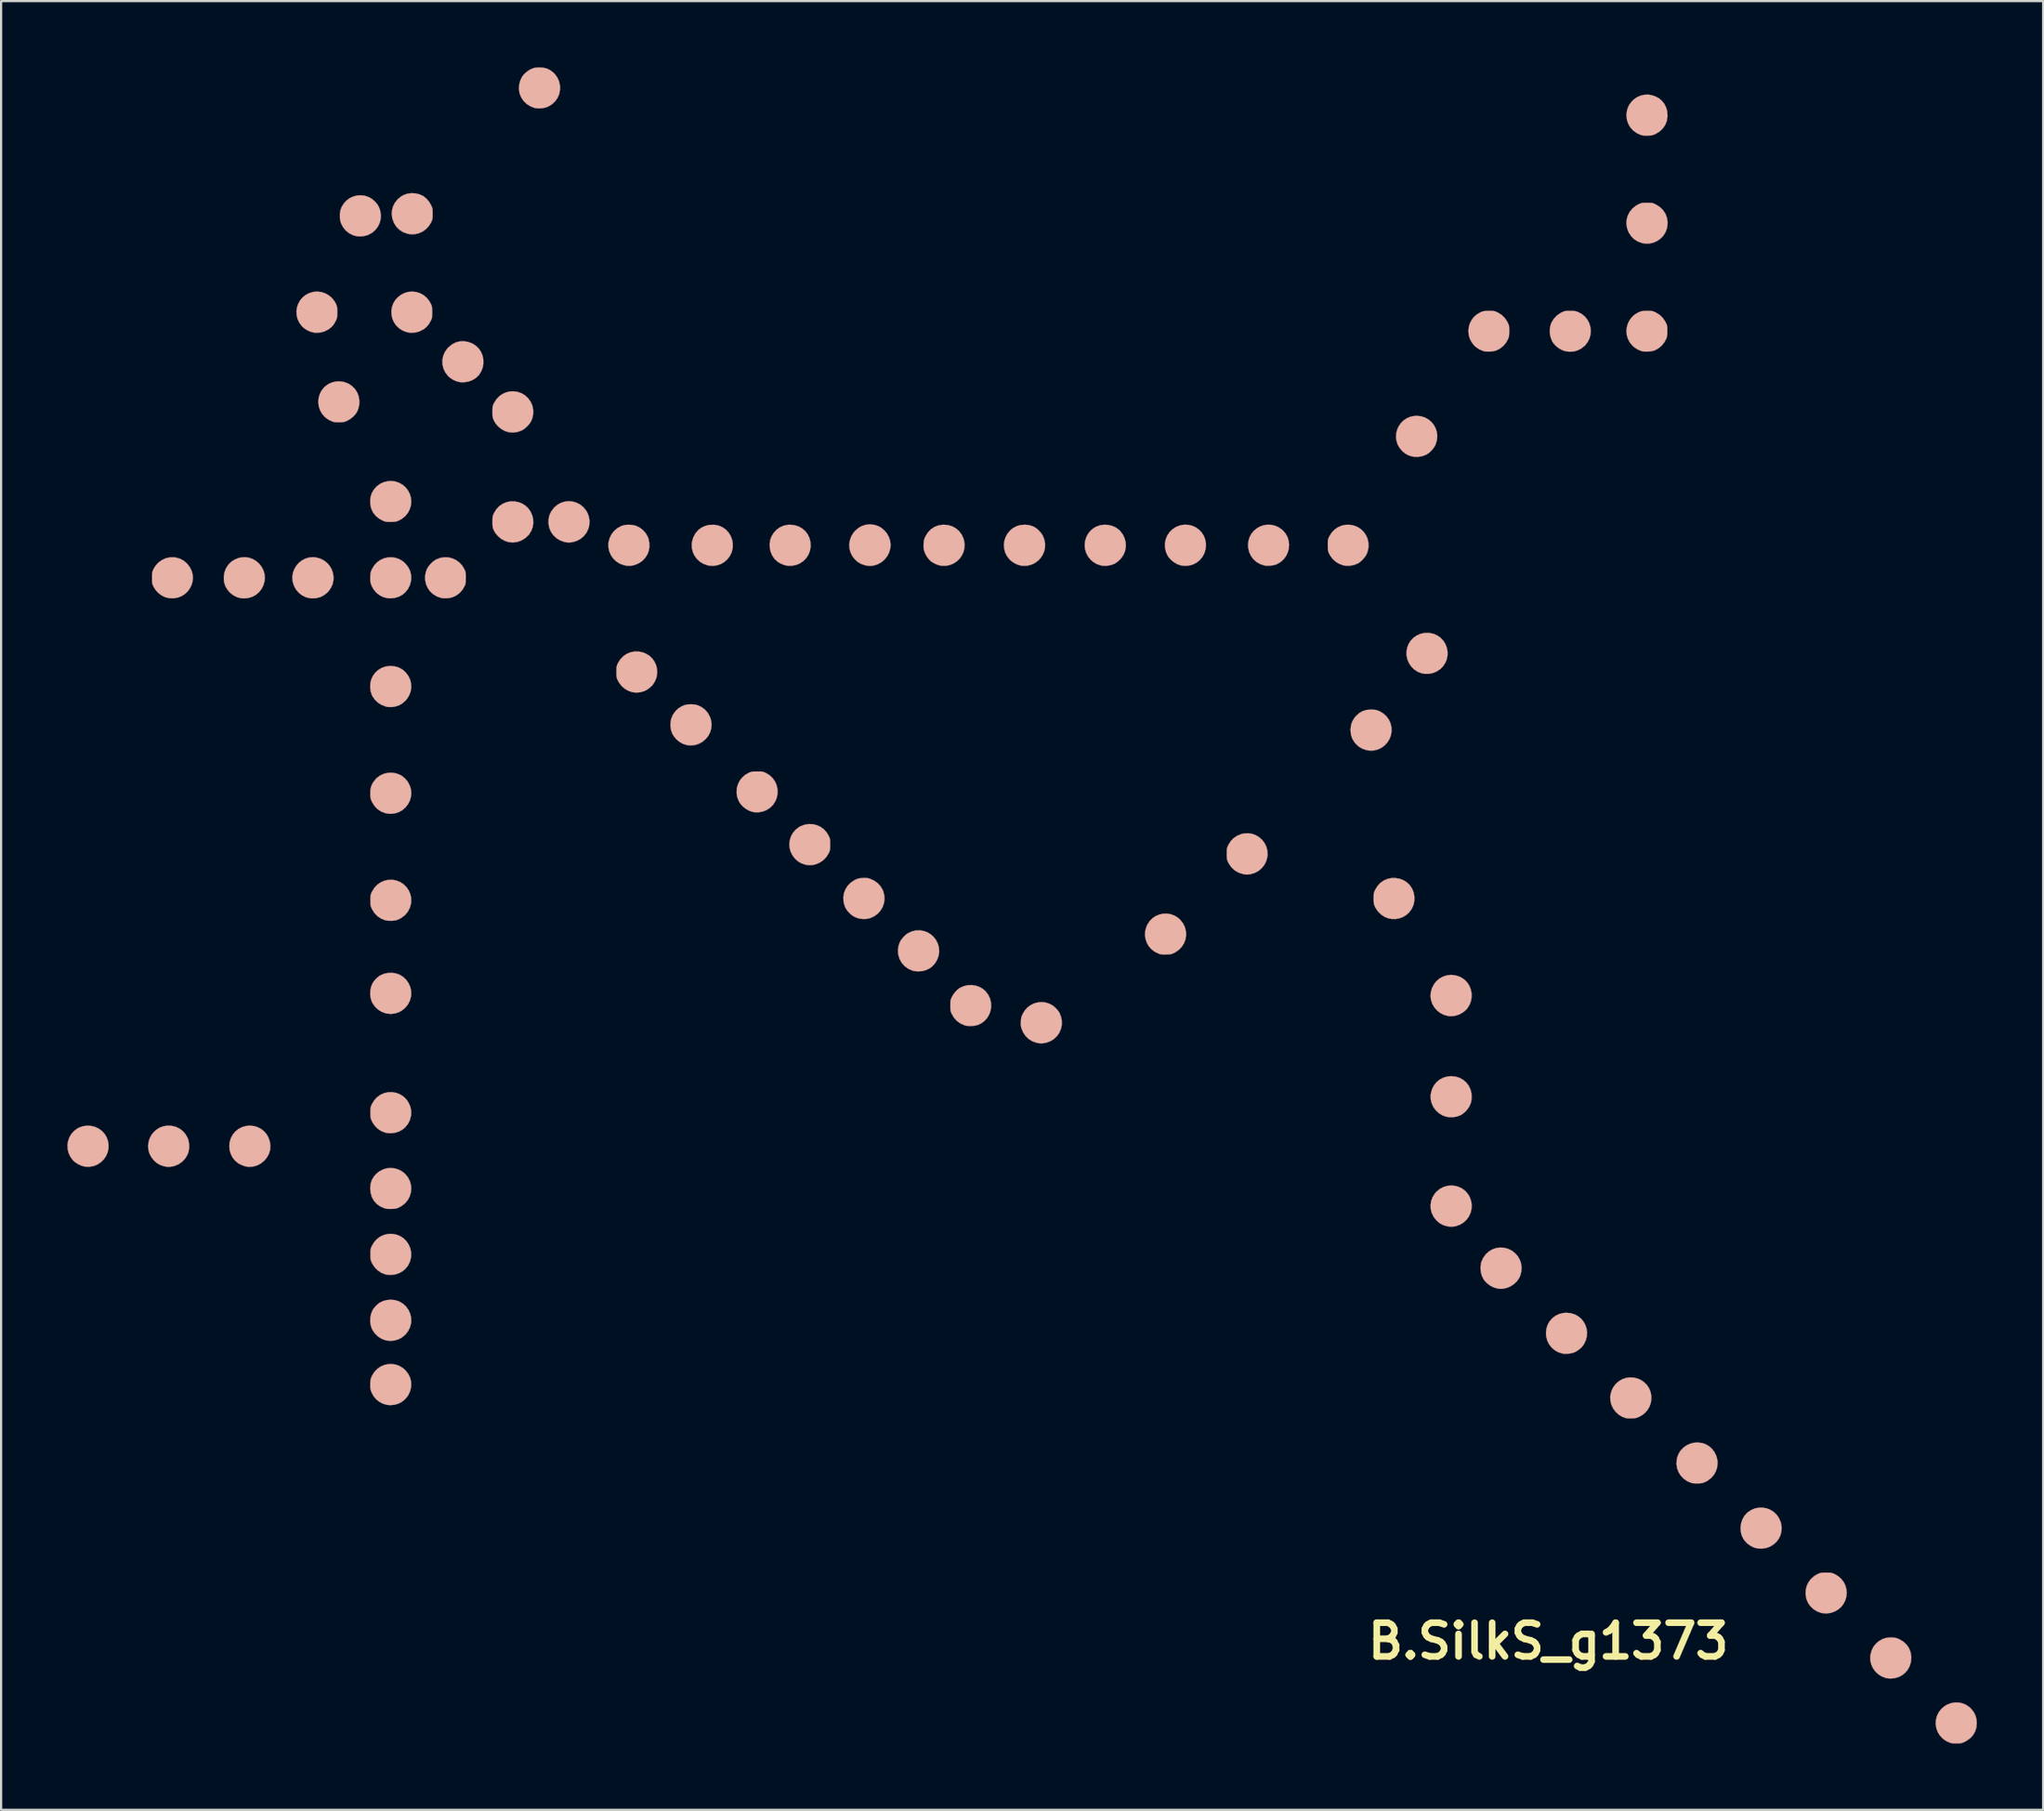
<source format=kicad_pcb>
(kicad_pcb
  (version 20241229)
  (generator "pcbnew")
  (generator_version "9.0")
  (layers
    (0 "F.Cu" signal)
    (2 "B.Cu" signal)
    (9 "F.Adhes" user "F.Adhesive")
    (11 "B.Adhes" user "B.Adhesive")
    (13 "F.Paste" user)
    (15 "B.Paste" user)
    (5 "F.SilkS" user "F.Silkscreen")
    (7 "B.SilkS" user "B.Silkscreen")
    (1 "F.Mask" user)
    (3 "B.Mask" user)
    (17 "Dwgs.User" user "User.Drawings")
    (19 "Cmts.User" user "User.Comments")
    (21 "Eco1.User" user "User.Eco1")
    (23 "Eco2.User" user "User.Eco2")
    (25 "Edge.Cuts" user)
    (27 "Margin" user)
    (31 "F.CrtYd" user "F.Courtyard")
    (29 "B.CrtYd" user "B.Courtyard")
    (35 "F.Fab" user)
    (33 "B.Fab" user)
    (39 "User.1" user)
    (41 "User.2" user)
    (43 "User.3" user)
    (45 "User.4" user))
  (footprint "B.SilkS_g1373"
    (layer "F.Cu")
    (at 67.023 71.227)
    (property "Reference" "B.SilkS_g1373" (at 0 0 0) (layer "F.SilkS") (effects (font (size 1.524 1.524) (thickness 0.3))))
    (attr through_hole)
    (fp_poly (pts (xy -58.798 -49.033) (xy -58.63 -48.972) (xy -58.478 -48.882) (xy -58.345 -48.765) (xy -58.235 -48.626) (xy -58.153 -48.468) (xy -58.102 -48.297) (xy -58.086 -48.115) (xy -58.099 -47.98) (xy -58.152 -47.787) (xy -58.239 -47.616) (xy -58.355 -47.47) (xy -58.497 -47.352) (xy -58.661 -47.265) (xy -58.843 -47.211) (xy -59.038 -47.194) (xy -59.171 -47.205) (xy -59.345 -47.249) (xy -59.507 -47.33) (xy -59.651 -47.441) (xy -59.773 -47.577) (xy -59.865 -47.731) (xy -59.925 -47.9) (xy -59.939 -47.985) (xy -59.944 -48.191) (xy -59.911 -48.384) (xy -59.843 -48.56) (xy -59.742 -48.715) (xy -59.612 -48.847) (xy -59.454 -48.95) (xy -59.272 -49.022) (xy -59.162 -49.047) (xy -58.976 -49.059) (xy -58.798 -49.033)) (stroke (width 0.01) (type solid)) (fill yes) (layer "B.SilkS"))
    (fp_poly (pts (xy -5.216 -45.597) (xy -5.204 -45.594) (xy -5.028 -45.518) (xy -4.877 -45.412) (xy -4.753 -45.28) (xy -4.657 -45.128) (xy -4.593 -44.96) (xy -4.561 -44.781) (xy -4.564 -44.597) (xy -4.605 -44.413) (xy -4.656 -44.29) (xy -4.757 -44.131) (xy -4.887 -43.997) (xy -5.041 -43.893) (xy -5.212 -43.82) (xy -5.394 -43.781) (xy -5.582 -43.779) (xy -5.734 -43.806) (xy -5.911 -43.874) (xy -6.065 -43.975) (xy -6.195 -44.102) (xy -6.298 -44.25) (xy -6.371 -44.416) (xy -6.412 -44.592) (xy -6.418 -44.774) (xy -6.388 -44.957) (xy -6.331 -45.112) (xy -6.231 -45.275) (xy -6.102 -45.411) (xy -5.95 -45.517) (xy -5.78 -45.591) (xy -5.597 -45.631) (xy -5.408 -45.633) (xy -5.216 -45.597)) (stroke (width 0.01) (type solid)) (fill yes) (layer "B.SilkS"))
    (fp_poly (pts (xy -4.225 -30.137) (xy -4.038 -30.082) (xy -3.957 -30.046) (xy -3.802 -29.945) (xy -3.676 -29.818) (xy -3.579 -29.67) (xy -3.512 -29.506) (xy -3.475 -29.333) (xy -3.471 -29.155) (xy -3.499 -28.979) (xy -3.56 -28.81) (xy -3.655 -28.654) (xy -3.735 -28.563) (xy -3.877 -28.448) (xy -4.04 -28.36) (xy -4.214 -28.305) (xy -4.392 -28.283) (xy -4.53 -28.293) (xy -4.716 -28.344) (xy -4.885 -28.428) (xy -5.031 -28.541) (xy -5.152 -28.678) (xy -5.245 -28.834) (xy -5.305 -29.005) (xy -5.33 -29.186) (xy -5.316 -29.371) (xy -5.261 -29.562) (xy -5.173 -29.731) (xy -5.058 -29.875) (xy -4.92 -29.991) (xy -4.763 -30.077) (xy -4.591 -30.132) (xy -4.411 -30.153) (xy -4.225 -30.137)) (stroke (width 0.01) (type solid)) (fill yes) (layer "B.SilkS"))
    (fp_poly (pts (xy -55.771 -49.047) (xy -55.582 -48.995) (xy -55.416 -48.913) (xy -55.274 -48.803) (xy -55.158 -48.672) (xy -55.069 -48.523) (xy -55.01 -48.361) (xy -54.98 -48.191) (xy -54.983 -48.018) (xy -55.019 -47.847) (xy -55.09 -47.681) (xy -55.198 -47.526) (xy -55.251 -47.468) (xy -55.406 -47.342) (xy -55.578 -47.254) (xy -55.765 -47.205) (xy -55.964 -47.195) (xy -56.06 -47.205) (xy -56.238 -47.25) (xy -56.402 -47.332) (xy -56.547 -47.446) (xy -56.668 -47.586) (xy -56.761 -47.748) (xy -56.82 -47.928) (xy -56.831 -47.985) (xy -56.841 -48.174) (xy -56.813 -48.355) (xy -56.751 -48.523) (xy -56.66 -48.676) (xy -56.542 -48.808) (xy -56.403 -48.917) (xy -56.245 -48.997) (xy -56.073 -49.046) (xy -55.891 -49.059) (xy -55.771 -49.047)) (stroke (width 0.01) (type solid)) (fill yes) (layer "B.SilkS"))
    (fp_poly (pts (xy -38.637 -42.39) (xy -38.505 -42.36) (xy -38.497 -42.357) (xy -38.318 -42.273) (xy -38.164 -42.156) (xy -38.038 -42.01) (xy -37.944 -41.838) (xy -37.899 -41.705) (xy -37.869 -41.511) (xy -37.881 -41.321) (xy -37.933 -41.138) (xy -38.023 -40.967) (xy -38.127 -40.837) (xy -38.277 -40.707) (xy -38.447 -40.613) (xy -38.63 -40.557) (xy -38.821 -40.54) (xy -38.987 -40.557) (xy -39.162 -40.612) (xy -39.326 -40.704) (xy -39.471 -40.826) (xy -39.589 -40.974) (xy -39.646 -41.075) (xy -39.705 -41.244) (xy -39.73 -41.428) (xy -39.721 -41.617) (xy -39.69 -41.758) (xy -39.617 -41.93) (xy -39.509 -42.084) (xy -39.372 -42.214) (xy -39.214 -42.314) (xy -39.075 -42.369) (xy -38.94 -42.395) (xy -38.789 -42.402) (xy -38.637 -42.39)) (stroke (width 0.01) (type solid)) (fill yes) (layer "B.SilkS"))
    (fp_poly (pts (xy -37.7 -50.52) (xy -37.519 -50.479) (xy -37.356 -50.403) (xy -37.214 -50.298) (xy -37.095 -50.167) (xy -37.002 -50.015) (xy -36.939 -49.848) (xy -36.908 -49.671) (xy -36.912 -49.487) (xy -36.954 -49.302) (xy -36.963 -49.276) (xy -37.048 -49.103) (xy -37.163 -48.955) (xy -37.304 -48.834) (xy -37.464 -48.744) (xy -37.64 -48.687) (xy -37.825 -48.666) (xy -38.014 -48.684) (xy -38.048 -48.692) (xy -38.231 -48.756) (xy -38.392 -48.853) (xy -38.529 -48.978) (xy -38.638 -49.126) (xy -38.715 -49.291) (xy -38.759 -49.469) (xy -38.765 -49.656) (xy -38.748 -49.778) (xy -38.688 -49.972) (xy -38.595 -50.141) (xy -38.474 -50.283) (xy -38.327 -50.395) (xy -38.158 -50.474) (xy -37.97 -50.519) (xy -37.767 -50.526) (xy -37.7 -50.52)) (stroke (width 0.01) (type solid)) (fill yes) (layer "B.SilkS"))
    (fp_poly (pts (xy -16.294 -50.523) (xy -16.122 -50.483) (xy -15.962 -50.412) (xy -15.819 -50.312) (xy -15.696 -50.187) (xy -15.599 -50.039) (xy -15.531 -49.871) (xy -15.497 -49.685) (xy -15.494 -49.607) (xy -15.514 -49.41) (xy -15.569 -49.229) (xy -15.658 -49.068) (xy -15.774 -48.929) (xy -15.915 -48.817) (xy -16.076 -48.733) (xy -16.254 -48.682) (xy -16.444 -48.667) (xy -16.616 -48.685) (xy -16.771 -48.735) (xy -16.924 -48.818) (xy -17.063 -48.928) (xy -17.179 -49.056) (xy -17.236 -49.145) (xy -17.312 -49.325) (xy -17.349 -49.51) (xy -17.349 -49.695) (xy -17.313 -49.874) (xy -17.243 -50.043) (xy -17.14 -50.194) (xy -17.007 -50.325) (xy -16.845 -50.428) (xy -16.84 -50.431) (xy -16.657 -50.5) (xy -16.474 -50.529) (xy -16.294 -50.523)) (stroke (width 0.01) (type solid)) (fill yes) (layer "B.SilkS"))
    (fp_poly (pts (xy 9.714 -6.042) (xy 9.888 -6.008) (xy 10.051 -5.943) (xy 10.201 -5.848) (xy 10.331 -5.725) (xy 10.437 -5.574) (xy 10.514 -5.399) (xy 10.53 -5.344) (xy 10.56 -5.153) (xy 10.55 -4.969) (xy 10.506 -4.795) (xy 10.429 -4.636) (xy 10.324 -4.496) (xy 10.193 -4.377) (xy 10.041 -4.283) (xy 9.87 -4.219) (xy 9.683 -4.188) (xy 9.489 -4.193) (xy 9.32 -4.234) (xy 9.157 -4.311) (xy 9.008 -4.418) (xy 8.882 -4.551) (xy 8.835 -4.618) (xy 8.755 -4.782) (xy 8.71 -4.959) (xy 8.7 -5.142) (xy 8.724 -5.324) (xy 8.779 -5.498) (xy 8.866 -5.657) (xy 8.983 -5.794) (xy 9.023 -5.829) (xy 9.186 -5.937) (xy 9.358 -6.008) (xy 9.536 -6.042) (xy 9.714 -6.042)) (stroke (width 0.01) (type solid)) (fill yes) (layer "B.SilkS"))
    (fp_poly (pts (xy -65.958 -23.321) (xy -65.781 -23.278) (xy -65.615 -23.202) (xy -65.466 -23.096) (xy -65.341 -22.962) (xy -65.248 -22.809) (xy -65.183 -22.627) (xy -65.157 -22.445) (xy -65.167 -22.267) (xy -65.21 -22.098) (xy -65.283 -21.941) (xy -65.382 -21.799) (xy -65.506 -21.678) (xy -65.65 -21.581) (xy -65.811 -21.511) (xy -65.988 -21.474) (xy -66.175 -21.472) (xy -66.273 -21.486) (xy -66.404 -21.526) (xy -66.541 -21.591) (xy -66.668 -21.673) (xy -66.77 -21.762) (xy -66.772 -21.765) (xy -66.887 -21.921) (xy -66.966 -22.09) (xy -67.009 -22.267) (xy -67.018 -22.447) (xy -66.993 -22.623) (xy -66.936 -22.792) (xy -66.847 -22.948) (xy -66.728 -23.084) (xy -66.579 -23.197) (xy -66.506 -23.237) (xy -66.327 -23.303) (xy -66.142 -23.33) (xy -65.958 -23.321)) (stroke (width 0.01) (type solid)) (fill yes) (layer "B.SilkS"))
    (fp_poly (pts (xy -58.591 -23.315) (xy -58.422 -23.266) (xy -58.264 -23.186) (xy -58.123 -23.076) (xy -58.004 -22.937) (xy -57.931 -22.81) (xy -57.863 -22.617) (xy -57.835 -22.425) (xy -57.848 -22.237) (xy -57.901 -22.057) (xy -57.994 -21.888) (xy -58.112 -21.747) (xy -58.265 -21.621) (xy -58.436 -21.531) (xy -58.618 -21.479) (xy -58.807 -21.467) (xy -58.907 -21.477) (xy -58.995 -21.499) (xy -59.1 -21.536) (xy -59.204 -21.581) (xy -59.288 -21.626) (xy -59.3 -21.633) (xy -59.443 -21.756) (xy -59.555 -21.901) (xy -59.635 -22.064) (xy -59.682 -22.238) (xy -59.696 -22.418) (xy -59.676 -22.597) (xy -59.622 -22.771) (xy -59.534 -22.934) (xy -59.427 -23.062) (xy -59.28 -23.182) (xy -59.117 -23.266) (xy -58.944 -23.316) (xy -58.767 -23.332) (xy -58.591 -23.315)) (stroke (width 0.01) (type solid)) (fill yes) (layer "B.SilkS"))
    (fp_poly (pts (xy -53.552 -65.415) (xy -53.382 -65.356) (xy -53.223 -65.262) (xy -53.102 -65.155) (xy -53.001 -65.037) (xy -52.93 -64.919) (xy -52.878 -64.787) (xy -52.864 -64.734) (xy -52.835 -64.544) (xy -52.845 -64.357) (xy -52.893 -64.179) (xy -52.975 -64.014) (xy -53.088 -63.867) (xy -53.23 -63.745) (xy -53.398 -63.652) (xy -53.446 -63.633) (xy -53.608 -63.591) (xy -53.781 -63.576) (xy -53.93 -63.587) (xy -54.113 -63.639) (xy -54.28 -63.726) (xy -54.426 -63.846) (xy -54.545 -63.992) (xy -54.633 -64.16) (xy -54.656 -64.226) (xy -54.691 -64.408) (xy -54.693 -64.596) (xy -54.66 -64.777) (xy -54.611 -64.907) (xy -54.51 -65.072) (xy -54.384 -65.207) (xy -54.237 -65.313) (xy -54.075 -65.387) (xy -53.904 -65.429) (xy -53.728 -65.439) (xy -53.552 -65.415)) (stroke (width 0.01) (type solid)) (fill yes) (layer "B.SilkS"))
    (fp_poly (pts (xy -52.207 -44.118) (xy -52.021 -44.063) (xy -51.855 -43.971) (xy -51.711 -43.843) (xy -51.592 -43.684) (xy -51.511 -43.512) (xy -51.468 -43.331) (xy -51.462 -43.147) (xy -51.493 -42.965) (xy -51.562 -42.79) (xy -51.667 -42.628) (xy -51.72 -42.569) (xy -51.854 -42.449) (xy -51.996 -42.364) (xy -52.159 -42.307) (xy -52.178 -42.302) (xy -52.341 -42.276) (xy -52.49 -42.278) (xy -52.615 -42.302) (xy -52.802 -42.373) (xy -52.968 -42.477) (xy -53.108 -42.611) (xy -53.217 -42.77) (xy -53.24 -42.814) (xy -53.295 -42.979) (xy -53.319 -43.161) (xy -53.311 -43.346) (xy -53.279 -43.494) (xy -53.205 -43.669) (xy -53.097 -43.822) (xy -52.962 -43.949) (xy -52.803 -44.046) (xy -52.626 -44.109) (xy -52.436 -44.135) (xy -52.411 -44.136) (xy -52.207 -44.118)) (stroke (width 0.01) (type solid)) (fill yes) (layer "B.SilkS"))
    (fp_poly (pts (xy -52.157 -30.222) (xy -52 -30.168) (xy -51.837 -30.069) (xy -51.699 -29.942) (xy -51.59 -29.79) (xy -51.511 -29.622) (xy -51.468 -29.441) (xy -51.462 -29.255) (xy -51.472 -29.175) (xy -51.524 -28.987) (xy -51.609 -28.819) (xy -51.724 -28.675) (xy -51.863 -28.556) (xy -52.021 -28.467) (xy -52.195 -28.409) (xy -52.379 -28.388) (xy -52.569 -28.405) (xy -52.611 -28.414) (xy -52.793 -28.479) (xy -52.957 -28.581) (xy -53.098 -28.713) (xy -53.21 -28.871) (xy -53.239 -28.928) (xy -53.296 -29.097) (xy -53.319 -29.28) (xy -53.309 -29.466) (xy -53.267 -29.646) (xy -53.198 -29.798) (xy -53.12 -29.906) (xy -53.018 -30.013) (xy -52.909 -30.101) (xy -52.87 -30.126) (xy -52.706 -30.199) (xy -52.526 -30.239) (xy -52.339 -30.247) (xy -52.157 -30.222)) (stroke (width 0.01) (type solid)) (fill yes) (layer "B.SilkS"))
    (fp_poly (pts (xy -48.89 -58.803) (xy -48.697 -58.73) (xy -48.69 -58.727) (xy -48.533 -58.627) (xy -48.404 -58.501) (xy -48.304 -58.352) (xy -48.235 -58.188) (xy -48.198 -58.014) (xy -48.194 -57.834) (xy -48.223 -57.655) (xy -48.287 -57.482) (xy -48.387 -57.32) (xy -48.411 -57.29) (xy -48.538 -57.169) (xy -48.692 -57.075) (xy -48.866 -57.01) (xy -49.051 -56.978) (xy -49.24 -56.98) (xy -49.265 -56.984) (xy -49.422 -57.023) (xy -49.578 -57.094) (xy -49.719 -57.189) (xy -49.802 -57.267) (xy -49.922 -57.427) (xy -50.003 -57.6) (xy -50.047 -57.781) (xy -50.053 -57.965) (xy -50.021 -58.146) (xy -49.951 -58.321) (xy -49.844 -58.483) (xy -49.775 -58.559) (xy -49.619 -58.688) (xy -49.45 -58.777) (xy -49.269 -58.826) (xy -49.082 -58.835) (xy -48.89 -58.803)) (stroke (width 0.01) (type solid)) (fill yes) (layer "B.SilkS"))
    (fp_poly (pts (xy -34.122 -50.509) (xy -33.94 -50.454) (xy -33.777 -50.366) (xy -33.638 -50.248) (xy -33.526 -50.105) (xy -33.444 -49.94) (xy -33.395 -49.756) (xy -33.384 -49.558) (xy -33.385 -49.536) (xy -33.417 -49.347) (xy -33.485 -49.174) (xy -33.583 -49.021) (xy -33.709 -48.891) (xy -33.858 -48.787) (xy -34.024 -48.714) (xy -34.205 -48.674) (xy -34.394 -48.67) (xy -34.498 -48.685) (xy -34.609 -48.717) (xy -34.732 -48.769) (xy -34.846 -48.832) (xy -34.897 -48.867) (xy -35.024 -48.99) (xy -35.124 -49.138) (xy -35.194 -49.305) (xy -35.233 -49.484) (xy -35.24 -49.666) (xy -35.212 -49.845) (xy -35.162 -49.983) (xy -35.059 -50.157) (xy -34.929 -50.3) (xy -34.775 -50.411) (xy -34.6 -50.486) (xy -34.408 -50.524) (xy -34.321 -50.528) (xy -34.122 -50.509)) (stroke (width 0.01) (type solid)) (fill yes) (layer "B.SilkS"))
    (fp_poly (pts (xy -28.264 -32.141) (xy -28.097 -32.079) (xy -27.945 -31.986) (xy -27.812 -31.866) (xy -27.703 -31.719) (xy -27.622 -31.548) (xy -27.579 -31.385) (xy -27.568 -31.201) (xy -27.596 -31.019) (xy -27.659 -30.843) (xy -27.754 -30.682) (xy -27.878 -30.544) (xy -27.999 -30.451) (xy -28.159 -30.373) (xy -28.336 -30.326) (xy -28.519 -30.311) (xy -28.698 -30.329) (xy -28.794 -30.355) (xy -28.977 -30.439) (xy -29.133 -30.555) (xy -29.261 -30.699) (xy -29.356 -30.869) (xy -29.416 -31.06) (xy -29.423 -31.099) (xy -29.433 -31.283) (xy -29.404 -31.473) (xy -29.348 -31.635) (xy -29.29 -31.735) (xy -29.207 -31.842) (xy -29.11 -31.942) (xy -29.012 -32.021) (xy -28.982 -32.04) (xy -28.804 -32.122) (xy -28.622 -32.165) (xy -28.44 -32.17) (xy -28.264 -32.141)) (stroke (width 0.01) (type solid)) (fill yes) (layer "B.SilkS"))
    (fp_poly (pts (xy -19.923 -50.52) (xy -19.743 -50.477) (xy -19.575 -50.402) (xy -19.427 -50.295) (xy -19.373 -50.241) (xy -19.255 -50.083) (xy -19.173 -49.911) (xy -19.129 -49.73) (xy -19.121 -49.547) (xy -19.149 -49.366) (xy -19.213 -49.193) (xy -19.314 -49.033) (xy -19.406 -48.933) (xy -19.522 -48.833) (xy -19.635 -48.763) (xy -19.762 -48.714) (xy -19.838 -48.694) (xy -20.009 -48.667) (xy -20.168 -48.673) (xy -20.267 -48.692) (xy -20.447 -48.755) (xy -20.603 -48.85) (xy -20.707 -48.941) (xy -20.829 -49.089) (xy -20.914 -49.253) (xy -20.965 -49.426) (xy -20.982 -49.604) (xy -20.965 -49.781) (xy -20.915 -49.951) (xy -20.834 -50.11) (xy -20.722 -50.252) (xy -20.58 -50.371) (xy -20.467 -50.437) (xy -20.292 -50.501) (xy -20.108 -50.528) (xy -19.923 -50.52)) (stroke (width 0.01) (type solid)) (fill yes) (layer "B.SilkS"))
    (fp_poly (pts (xy -44.159 -51.577) (xy -43.989 -51.528) (xy -43.829 -51.448) (xy -43.685 -51.336) (xy -43.562 -51.194) (xy -43.484 -51.062) (xy -43.419 -50.885) (xy -43.392 -50.7) (xy -43.403 -50.514) (xy -43.45 -50.333) (xy -43.532 -50.165) (xy -43.648 -50.017) (xy -43.657 -50.007) (xy -43.809 -49.882) (xy -43.98 -49.794) (xy -44.113 -49.753) (xy -44.246 -49.729) (xy -44.364 -49.725) (xy -44.487 -49.742) (xy -44.556 -49.759) (xy -44.739 -49.827) (xy -44.9 -49.929) (xy -45.035 -50.059) (xy -45.141 -50.213) (xy -45.213 -50.387) (xy -45.248 -50.576) (xy -45.249 -50.585) (xy -45.245 -50.784) (xy -45.205 -50.965) (xy -45.126 -51.131) (xy -45.007 -51.288) (xy -44.986 -51.31) (xy -44.841 -51.434) (xy -44.68 -51.522) (xy -44.51 -51.574) (xy -44.334 -51.592) (xy -44.159 -51.577)) (stroke (width 0.01) (type solid)) (fill yes) (layer "B.SilkS"))
    (fp_poly (pts (xy -30.503 -50.522) (xy -30.473 -50.514) (xy -30.33 -50.467) (xy -30.207 -50.402) (xy -30.089 -50.31) (xy -30.055 -50.278) (xy -29.934 -50.136) (xy -29.844 -49.972) (xy -29.787 -49.796) (xy -29.766 -49.614) (xy -29.778 -49.466) (xy -29.832 -49.274) (xy -29.921 -49.101) (xy -30.041 -48.951) (xy -30.187 -48.828) (xy -30.357 -48.736) (xy -30.518 -48.686) (xy -30.658 -48.666) (xy -30.792 -48.67) (xy -30.94 -48.699) (xy -30.946 -48.701) (xy -31.114 -48.761) (xy -31.261 -48.851) (xy -31.373 -48.952) (xy -31.495 -49.105) (xy -31.58 -49.275) (xy -31.627 -49.454) (xy -31.638 -49.638) (xy -31.611 -49.821) (xy -31.548 -49.999) (xy -31.447 -50.165) (xy -31.379 -50.246) (xy -31.232 -50.376) (xy -31.065 -50.47) (xy -30.884 -50.527) (xy -30.695 -50.544) (xy -30.503 -50.522)) (stroke (width 0.01) (type solid)) (fill yes) (layer "B.SilkS"))
    (fp_poly (pts (xy -23.513 -50.512) (xy -23.336 -50.459) (xy -23.207 -50.392) (xy -23.118 -50.324) (xy -23.026 -50.233) (xy -22.943 -50.133) (xy -22.882 -50.04) (xy -22.88 -50.036) (xy -22.808 -49.854) (xy -22.776 -49.672) (xy -22.78 -49.494) (xy -22.817 -49.323) (xy -22.885 -49.164) (xy -22.979 -49.02) (xy -23.099 -48.895) (xy -23.239 -48.794) (xy -23.398 -48.72) (xy -23.573 -48.676) (xy -23.76 -48.668) (xy -23.897 -48.685) (xy -24.028 -48.726) (xy -24.166 -48.793) (xy -24.294 -48.879) (xy -24.37 -48.946) (xy -24.49 -49.094) (xy -24.575 -49.259) (xy -24.624 -49.434) (xy -24.638 -49.614) (xy -24.618 -49.792) (xy -24.563 -49.965) (xy -24.476 -50.126) (xy -24.355 -50.27) (xy -24.226 -50.376) (xy -24.064 -50.462) (xy -23.886 -50.513) (xy -23.699 -50.529) (xy -23.513 -50.512)) (stroke (width 0.01) (type solid)) (fill yes) (layer "B.SilkS"))
    (fp_poly (pts (xy -12.544 -50.524) (xy -12.372 -50.485) (xy -12.206 -50.413) (xy -12.05 -50.303) (xy -12.012 -50.269) (xy -11.89 -50.126) (xy -11.803 -49.968) (xy -11.751 -49.799) (xy -11.732 -49.624) (xy -11.745 -49.449) (xy -11.79 -49.28) (xy -11.864 -49.121) (xy -11.968 -48.977) (xy -12.1 -48.854) (xy -12.258 -48.758) (xy -12.332 -48.727) (xy -12.446 -48.695) (xy -12.58 -48.676) (xy -12.715 -48.671) (xy -12.831 -48.681) (xy -12.844 -48.683) (xy -13.033 -48.744) (xy -13.2 -48.838) (xy -13.341 -48.962) (xy -13.454 -49.111) (xy -13.534 -49.283) (xy -13.58 -49.471) (xy -13.589 -49.607) (xy -13.57 -49.798) (xy -13.517 -49.972) (xy -13.433 -50.125) (xy -13.323 -50.257) (xy -13.192 -50.365) (xy -13.045 -50.448) (xy -12.884 -50.503) (xy -12.716 -50.529) (xy -12.544 -50.524)) (stroke (width 0.01) (type solid)) (fill yes) (layer "B.SilkS"))
    (fp_poly (pts (xy -7.963 -42.16) (xy -7.856 -42.152) (xy -7.772 -42.137) (xy -7.692 -42.11) (xy -7.635 -42.085) (xy -7.466 -41.984) (xy -7.326 -41.856) (xy -7.217 -41.707) (xy -7.141 -41.54) (xy -7.099 -41.362) (xy -7.094 -41.177) (xy -7.126 -40.991) (xy -7.183 -40.841) (xy -7.283 -40.675) (xy -7.411 -40.537) (xy -7.562 -40.428) (xy -7.73 -40.352) (xy -7.909 -40.31) (xy -8.095 -40.307) (xy -8.25 -40.334) (xy -8.434 -40.401) (xy -8.591 -40.496) (xy -8.725 -40.624) (xy -8.778 -40.69) (xy -8.872 -40.848) (xy -8.929 -41.017) (xy -8.95 -41.204) (xy -8.948 -41.297) (xy -8.922 -41.482) (xy -8.862 -41.647) (xy -8.765 -41.8) (xy -8.69 -41.886) (xy -8.549 -42.01) (xy -8.394 -42.096) (xy -8.223 -42.146) (xy -8.029 -42.162) (xy -7.963 -42.16)) (stroke (width 0.01) (type solid)) (fill yes) (layer "B.SilkS"))
    (fp_poly (pts (xy -4.217 -20.605) (xy -4.047 -20.556) (xy -3.889 -20.476) (xy -3.748 -20.365) (xy -3.629 -20.225) (xy -3.558 -20.102) (xy -3.493 -19.919) (xy -3.466 -19.734) (xy -3.477 -19.552) (xy -3.522 -19.376) (xy -3.599 -19.214) (xy -3.706 -19.068) (xy -3.84 -18.945) (xy -3.999 -18.849) (xy -4.18 -18.784) (xy -4.208 -18.778) (xy -4.348 -18.758) (xy -4.482 -18.762) (xy -4.629 -18.791) (xy -4.636 -18.792) (xy -4.791 -18.846) (xy -4.926 -18.924) (xy -5.053 -19.035) (xy -5.076 -19.058) (xy -5.194 -19.212) (xy -5.275 -19.381) (xy -5.32 -19.56) (xy -5.328 -19.743) (xy -5.3 -19.924) (xy -5.235 -20.098) (xy -5.134 -20.259) (xy -5.056 -20.347) (xy -4.908 -20.468) (xy -4.744 -20.554) (xy -4.571 -20.605) (xy -4.394 -20.621) (xy -4.217 -20.605)) (stroke (width 0.01) (type solid)) (fill yes) (layer "B.SilkS"))
    (fp_poly (pts (xy -4.194 -25.55) (xy -4.015 -25.493) (xy -3.854 -25.404) (xy -3.716 -25.285) (xy -3.605 -25.14) (xy -3.525 -24.974) (xy -3.479 -24.79) (xy -3.469 -24.652) (xy -3.476 -24.504) (xy -3.502 -24.377) (xy -3.55 -24.252) (xy -3.583 -24.187) (xy -3.651 -24.085) (xy -3.743 -23.98) (xy -3.847 -23.887) (xy -3.948 -23.818) (xy -3.96 -23.811) (xy -4.133 -23.745) (xy -4.32 -23.713) (xy -4.509 -23.717) (xy -4.633 -23.74) (xy -4.812 -23.808) (xy -4.969 -23.909) (xy -5.102 -24.037) (xy -5.208 -24.187) (xy -5.283 -24.354) (xy -5.323 -24.532) (xy -5.325 -24.717) (xy -5.317 -24.776) (xy -5.265 -24.972) (xy -5.179 -25.146) (xy -5.063 -25.294) (xy -4.921 -25.413) (xy -4.755 -25.501) (xy -4.569 -25.554) (xy -4.389 -25.569) (xy -4.194 -25.55)) (stroke (width 0.01) (type solid)) (fill yes) (layer "B.SilkS"))
    (fp_poly (pts (xy 1.011 -14.844) (xy 1.189 -14.79) (xy 1.347 -14.706) (xy 1.482 -14.596) (xy 1.593 -14.463) (xy 1.676 -14.312) (xy 1.731 -14.148) (xy 1.754 -13.974) (xy 1.743 -13.795) (xy 1.696 -13.615) (xy 1.612 -13.438) (xy 1.583 -13.393) (xy 1.497 -13.292) (xy 1.384 -13.194) (xy 1.259 -13.111) (xy 1.151 -13.061) (xy 1.037 -13.03) (xy 0.903 -13.01) (xy 0.769 -13.005) (xy 0.652 -13.015) (xy 0.639 -13.018) (xy 0.45 -13.078) (xy 0.284 -13.172) (xy 0.142 -13.296) (xy 0.03 -13.446) (xy -0.051 -13.617) (xy -0.097 -13.806) (xy -0.106 -13.941) (xy -0.086 -14.137) (xy -0.03 -14.317) (xy 0.06 -14.478) (xy 0.18 -14.615) (xy 0.325 -14.726) (xy 0.492 -14.806) (xy 0.677 -14.852) (xy 0.815 -14.862) (xy 1.011 -14.844)) (stroke (width 0.01) (type solid)) (fill yes) (layer "B.SilkS"))
    (fp_poly (pts (xy -62.324 -23.326) (xy -62.302 -23.323) (xy -62.114 -23.277) (xy -61.943 -23.195) (xy -61.794 -23.08) (xy -61.672 -22.937) (xy -61.58 -22.771) (xy -61.549 -22.685) (xy -61.514 -22.502) (xy -61.512 -22.314) (xy -61.545 -22.133) (xy -61.594 -22.003) (xy -61.697 -21.837) (xy -61.83 -21.697) (xy -61.989 -21.586) (xy -62.168 -21.51) (xy -62.27 -21.485) (xy -62.391 -21.468) (xy -62.499 -21.468) (xy -62.614 -21.487) (xy -62.675 -21.501) (xy -62.834 -21.557) (xy -62.971 -21.638) (xy -63.101 -21.752) (xy -63.112 -21.764) (xy -63.231 -21.917) (xy -63.312 -22.08) (xy -63.358 -22.248) (xy -63.37 -22.418) (xy -63.351 -22.585) (xy -63.302 -22.745) (xy -63.227 -22.895) (xy -63.126 -23.029) (xy -63.003 -23.143) (xy -62.859 -23.234) (xy -62.696 -23.298) (xy -62.517 -23.33) (xy -62.324 -23.326)) (stroke (width 0.01) (type solid)) (fill yes) (layer "B.SilkS"))
    (fp_poly (pts (xy -52.19 -15.433) (xy -52.019 -15.38) (xy -52.001 -15.372) (xy -51.838 -15.275) (xy -51.701 -15.148) (xy -51.591 -14.997) (xy -51.512 -14.829) (xy -51.468 -14.649) (xy -51.462 -14.463) (xy -51.472 -14.38) (xy -51.524 -14.191) (xy -51.61 -14.022) (xy -51.725 -13.877) (xy -51.864 -13.758) (xy -52.023 -13.669) (xy -52.198 -13.612) (xy -52.383 -13.591) (xy -52.574 -13.607) (xy -52.642 -13.623) (xy -52.813 -13.69) (xy -52.97 -13.793) (xy -53.106 -13.927) (xy -53.215 -14.087) (xy -53.242 -14.139) (xy -53.297 -14.302) (xy -53.319 -14.479) (xy -53.31 -14.662) (xy -53.27 -14.838) (xy -53.199 -14.998) (xy -53.183 -15.025) (xy -53.107 -15.124) (xy -53.009 -15.224) (xy -52.908 -15.305) (xy -52.892 -15.316) (xy -52.734 -15.393) (xy -52.558 -15.438) (xy -52.373 -15.452) (xy -52.19 -15.433)) (stroke (width 0.01) (type solid)) (fill yes) (layer "B.SilkS"))
    (fp_poly (pts (xy -52.143 -39.274) (xy -51.966 -39.207) (xy -51.883 -39.159) (xy -51.738 -39.041) (xy -51.62 -38.896) (xy -51.532 -38.732) (xy -51.477 -38.554) (xy -51.459 -38.371) (xy -51.471 -38.237) (xy -51.523 -38.047) (xy -51.609 -37.878) (xy -51.723 -37.732) (xy -51.861 -37.613) (xy -52.02 -37.523) (xy -52.193 -37.466) (xy -52.377 -37.444) (xy -52.567 -37.461) (xy -52.636 -37.477) (xy -52.82 -37.547) (xy -52.981 -37.653) (xy -53.117 -37.791) (xy -53.224 -37.96) (xy -53.228 -37.967) (xy -53.266 -38.049) (xy -53.291 -38.115) (xy -53.305 -38.182) (xy -53.312 -38.266) (xy -53.315 -38.33) (xy -53.308 -38.528) (xy -53.269 -38.701) (xy -53.194 -38.857) (xy -53.082 -39.001) (xy -53.013 -39.071) (xy -52.862 -39.182) (xy -52.694 -39.258) (xy -52.513 -39.299) (xy -52.327 -39.305) (xy -52.143 -39.274)) (stroke (width 0.01) (type solid)) (fill yes) (layer "B.SilkS"))
    (fp_poly (pts (xy -41.445 -50.515) (xy -41.321 -50.489) (xy -41.304 -50.483) (xy -41.128 -50.4) (xy -40.975 -50.285) (xy -40.849 -50.143) (xy -40.756 -49.979) (xy -40.722 -49.886) (xy -40.686 -49.702) (xy -40.684 -49.513) (xy -40.718 -49.331) (xy -40.766 -49.203) (xy -40.87 -49.033) (xy -41.005 -48.892) (xy -41.167 -48.782) (xy -41.355 -48.705) (xy -41.396 -48.694) (xy -41.54 -48.668) (xy -41.682 -48.669) (xy -41.839 -48.699) (xy -41.846 -48.701) (xy -42.027 -48.769) (xy -42.186 -48.869) (xy -42.319 -48.998) (xy -42.424 -49.151) (xy -42.497 -49.321) (xy -42.536 -49.504) (xy -42.536 -49.696) (xy -42.53 -49.741) (xy -42.48 -49.928) (xy -42.395 -50.098) (xy -42.278 -50.247) (xy -42.135 -50.37) (xy -41.969 -50.462) (xy -41.85 -50.503) (xy -41.728 -50.523) (xy -41.587 -50.527) (xy -41.445 -50.515)) (stroke (width 0.01) (type solid)) (fill yes) (layer "B.SilkS"))
    (fp_poly (pts (xy -5.765 -55.437) (xy -5.588 -55.383) (xy -5.43 -55.296) (xy -5.294 -55.183) (xy -5.184 -55.048) (xy -5.1 -54.894) (xy -5.047 -54.726) (xy -5.026 -54.548) (xy -5.041 -54.365) (xy -5.094 -54.181) (xy -5.126 -54.108) (xy -5.195 -53.998) (xy -5.288 -53.887) (xy -5.394 -53.787) (xy -5.501 -53.713) (xy -5.52 -53.702) (xy -5.695 -53.634) (xy -5.883 -53.601) (xy -6.071 -53.603) (xy -6.197 -53.627) (xy -6.341 -53.677) (xy -6.468 -53.748) (xy -6.591 -53.848) (xy -6.606 -53.862) (xy -6.731 -54.008) (xy -6.82 -54.166) (xy -6.873 -54.331) (xy -6.892 -54.501) (xy -6.881 -54.67) (xy -6.839 -54.833) (xy -6.769 -54.986) (xy -6.673 -55.125) (xy -6.553 -55.246) (xy -6.41 -55.343) (xy -6.247 -55.413) (xy -6.064 -55.451) (xy -5.958 -55.457) (xy -5.765 -55.437)) (stroke (width 0.01) (type solid)) (fill yes) (layer "B.SilkS"))
    (fp_poly (pts (xy -2.005 -17.804) (xy -1.814 -17.753) (xy -1.646 -17.67) (xy -1.501 -17.558) (xy -1.383 -17.422) (xy -1.293 -17.268) (xy -1.234 -17.098) (xy -1.209 -16.919) (xy -1.219 -16.734) (xy -1.268 -16.549) (xy -1.315 -16.442) (xy -1.408 -16.302) (xy -1.534 -16.177) (xy -1.683 -16.074) (xy -1.846 -15.998) (xy -1.99 -15.961) (xy -2.069 -15.949) (xy -2.126 -15.943) (xy -2.177 -15.944) (xy -2.239 -15.952) (xy -2.307 -15.962) (xy -2.469 -16.008) (xy -2.627 -16.088) (xy -2.771 -16.196) (xy -2.891 -16.324) (xy -2.93 -16.38) (xy -3.009 -16.543) (xy -3.056 -16.723) (xy -3.069 -16.91) (xy -3.047 -17.092) (xy -3.025 -17.171) (xy -2.944 -17.349) (xy -2.833 -17.503) (xy -2.696 -17.63) (xy -2.539 -17.726) (xy -2.365 -17.789) (xy -2.181 -17.815) (xy -2.005 -17.804)) (stroke (width 0.01) (type solid)) (fill yes) (layer "B.SilkS"))
    (fp_poly (pts (xy 6.98 -8.961) (xy 7.114 -8.915) (xy 7.274 -8.824) (xy 7.412 -8.701) (xy 7.523 -8.552) (xy 7.604 -8.383) (xy 7.652 -8.201) (xy 7.662 -8.064) (xy 7.642 -7.868) (xy 7.583 -7.684) (xy 7.489 -7.519) (xy 7.361 -7.375) (xy 7.204 -7.258) (xy 7.117 -7.212) (xy 7.044 -7.18) (xy 6.98 -7.159) (xy 6.912 -7.147) (xy 6.824 -7.141) (xy 6.763 -7.139) (xy 6.632 -7.14) (xy 6.528 -7.149) (xy 6.466 -7.162) (xy 6.281 -7.244) (xy 6.122 -7.355) (xy 5.992 -7.492) (xy 5.894 -7.651) (xy 5.829 -7.826) (xy 5.801 -8.013) (xy 5.812 -8.209) (xy 5.832 -8.309) (xy 5.898 -8.484) (xy 5.997 -8.637) (xy 6.122 -8.766) (xy 6.27 -8.868) (xy 6.435 -8.941) (xy 6.612 -8.983) (xy 6.795 -8.99) (xy 6.98 -8.961)) (stroke (width 0.01) (type solid)) (fill yes) (layer "B.SilkS"))
    (fp_poly (pts (xy -52.189 -21.393) (xy -52.013 -21.335) (xy -51.849 -21.24) (xy -51.734 -21.142) (xy -51.612 -20.993) (xy -51.527 -20.828) (xy -51.477 -20.655) (xy -51.461 -20.477) (xy -51.48 -20.3) (xy -51.531 -20.129) (xy -51.614 -19.971) (xy -51.729 -19.829) (xy -51.874 -19.71) (xy -51.98 -19.649) (xy -52.058 -19.612) (xy -52.12 -19.588) (xy -52.182 -19.574) (xy -52.258 -19.567) (xy -52.354 -19.564) (xy -52.477 -19.563) (xy -52.571 -19.57) (xy -52.651 -19.587) (xy -52.684 -19.597) (xy -52.867 -19.678) (xy -53.022 -19.789) (xy -53.146 -19.927) (xy -53.238 -20.09) (xy -53.295 -20.274) (xy -53.316 -20.476) (xy -53.315 -20.54) (xy -53.292 -20.725) (xy -53.237 -20.886) (xy -53.147 -21.033) (xy -53.05 -21.143) (xy -52.899 -21.265) (xy -52.732 -21.351) (xy -52.554 -21.402) (xy -52.371 -21.415) (xy -52.189 -21.393)) (stroke (width 0.01) (type solid)) (fill yes) (layer "B.SilkS"))
    (fp_poly (pts (xy -52.173 -49.031) (xy -52.003 -48.971) (xy -51.843 -48.875) (xy -51.723 -48.769) (xy -51.599 -48.61) (xy -51.513 -48.437) (xy -51.468 -48.253) (xy -51.463 -48.061) (xy -51.474 -47.98) (xy -51.526 -47.787) (xy -51.612 -47.616) (xy -51.729 -47.471) (xy -51.871 -47.353) (xy -52.034 -47.266) (xy -52.216 -47.213) (xy -52.412 -47.196) (xy -52.525 -47.204) (xy -52.709 -47.247) (xy -52.878 -47.327) (xy -53.027 -47.44) (xy -53.151 -47.582) (xy -53.246 -47.748) (xy -53.278 -47.83) (xy -53.301 -47.908) (xy -53.313 -47.982) (xy -53.317 -48.066) (xy -53.315 -48.172) (xy -53.309 -48.276) (xy -53.298 -48.354) (xy -53.279 -48.422) (xy -53.249 -48.494) (xy -53.235 -48.524) (xy -53.134 -48.69) (xy -53.007 -48.826) (xy -52.86 -48.931) (xy -52.698 -49.005) (xy -52.526 -49.047) (xy -52.349 -49.056) (xy -52.173 -49.031)) (stroke (width 0.01) (type solid)) (fill yes) (layer "B.SilkS"))
    (fp_poly (pts (xy -52.173 -12.518) (xy -52.003 -12.458) (xy -51.843 -12.363) (xy -51.723 -12.256) (xy -51.599 -12.098) (xy -51.513 -11.925) (xy -51.468 -11.741) (xy -51.463 -11.548) (xy -51.474 -11.467) (xy -51.526 -11.276) (xy -51.612 -11.106) (xy -51.729 -10.96) (xy -51.87 -10.841) (xy -52.033 -10.753) (xy -52.213 -10.699) (xy -52.405 -10.681) (xy -52.536 -10.691) (xy -52.72 -10.738) (xy -52.888 -10.821) (xy -53.037 -10.937) (xy -53.16 -11.081) (xy -53.252 -11.249) (xy -53.278 -11.317) (xy -53.301 -11.396) (xy -53.313 -11.469) (xy -53.317 -11.554) (xy -53.315 -11.66) (xy -53.309 -11.764) (xy -53.298 -11.842) (xy -53.279 -11.909) (xy -53.249 -11.982) (xy -53.235 -12.012) (xy -53.134 -12.177) (xy -53.007 -12.313) (xy -52.86 -12.419) (xy -52.698 -12.493) (xy -52.526 -12.534) (xy -52.349 -12.543) (xy -52.173 -12.518)) (stroke (width 0.01) (type solid)) (fill yes) (layer "B.SilkS"))
    (fp_poly (pts (xy 15.557 -0.165) (xy 15.658 -0.158) (xy 15.736 -0.145) (xy 15.807 -0.122) (xy 15.892 -0.083) (xy 15.9 -0.08) (xy 16.075 0.028) (xy 16.216 0.161) (xy 16.323 0.316) (xy 16.393 0.491) (xy 16.426 0.686) (xy 16.428 0.752) (xy 16.41 0.949) (xy 16.354 1.131) (xy 16.266 1.294) (xy 16.148 1.434) (xy 16.004 1.547) (xy 15.839 1.63) (xy 15.655 1.679) (xy 15.484 1.691) (xy 15.395 1.686) (xy 15.305 1.673) (xy 15.261 1.663) (xy 15.082 1.593) (xy 14.924 1.491) (xy 14.791 1.361) (xy 14.686 1.211) (xy 14.612 1.043) (xy 14.573 0.864) (xy 14.572 0.678) (xy 14.579 0.624) (xy 14.631 0.426) (xy 14.717 0.253) (xy 14.838 0.103) (xy 14.952 0.007) (xy 15.109 -0.088) (xy 15.278 -0.145) (xy 15.465 -0.167) (xy 15.557 -0.165)) (stroke (width 0.01) (type solid)) (fill yes) (layer "B.SilkS"))
    (fp_poly (pts (xy -54.488 -56.984) (xy -54.316 -56.918) (xy -54.159 -56.819) (xy -54.022 -56.687) (xy -54.004 -56.665) (xy -53.902 -56.503) (xy -53.837 -56.325) (xy -53.809 -56.137) (xy -53.817 -55.945) (xy -53.864 -55.758) (xy -53.912 -55.645) (xy -53.993 -55.524) (xy -54.104 -55.407) (xy -54.234 -55.306) (xy -54.33 -55.251) (xy -54.407 -55.214) (xy -54.47 -55.19) (xy -54.531 -55.177) (xy -54.606 -55.17) (xy -54.703 -55.166) (xy -54.834 -55.167) (xy -54.939 -55.176) (xy -55.002 -55.189) (xy -55.188 -55.271) (xy -55.351 -55.387) (xy -55.377 -55.41) (xy -55.501 -55.554) (xy -55.591 -55.716) (xy -55.647 -55.891) (xy -55.667 -56.071) (xy -55.654 -56.253) (xy -55.606 -56.429) (xy -55.524 -56.594) (xy -55.408 -56.741) (xy -55.356 -56.79) (xy -55.201 -56.9) (xy -55.03 -56.974) (xy -54.851 -57.013) (xy -54.668 -57.016) (xy -54.488 -56.984)) (stroke (width 0.01) (type solid)) (fill yes) (layer "B.SilkS"))
    (fp_poly (pts (xy -45.502 -71.215) (xy -45.328 -71.175) (xy -45.172 -71.099) (xy -45.026 -70.986) (xy -44.961 -70.92) (xy -44.851 -70.77) (xy -44.774 -70.599) (xy -44.732 -70.415) (xy -44.727 -70.225) (xy -44.761 -70.036) (xy -44.765 -70.022) (xy -44.84 -69.847) (xy -44.95 -69.691) (xy -45.09 -69.56) (xy -45.257 -69.459) (xy -45.334 -69.426) (xy -45.466 -69.39) (xy -45.613 -69.372) (xy -45.758 -69.374) (xy -45.884 -69.394) (xy -46.071 -69.467) (xy -46.236 -69.572) (xy -46.374 -69.705) (xy -46.481 -69.861) (xy -46.553 -70.037) (xy -46.565 -70.085) (xy -46.587 -70.265) (xy -46.573 -70.452) (xy -46.525 -70.635) (xy -46.454 -70.787) (xy -46.371 -70.899) (xy -46.258 -71.007) (xy -46.129 -71.1) (xy -46.042 -71.147) (xy -45.964 -71.181) (xy -45.894 -71.202) (xy -45.817 -71.215) (xy -45.716 -71.221) (xy -45.699 -71.222) (xy -45.502 -71.215)) (stroke (width 0.01) (type solid)) (fill yes) (layer "B.SilkS"))
    (fp_poly (pts (xy 3.883 -11.925) (xy 4.067 -11.876) (xy 4.173 -11.828) (xy 4.333 -11.722) (xy 4.461 -11.594) (xy 4.558 -11.447) (xy 4.624 -11.287) (xy 4.659 -11.118) (xy 4.663 -10.947) (xy 4.636 -10.777) (xy 4.578 -10.614) (xy 4.49 -10.462) (xy 4.371 -10.327) (xy 4.222 -10.214) (xy 4.131 -10.164) (xy 4.048 -10.127) (xy 3.979 -10.104) (xy 3.906 -10.091) (xy 3.813 -10.085) (xy 3.782 -10.084) (xy 3.685 -10.083) (xy 3.594 -10.086) (xy 3.525 -10.094) (xy 3.508 -10.097) (xy 3.332 -10.162) (xy 3.175 -10.261) (xy 3.041 -10.387) (xy 2.933 -10.537) (xy 2.855 -10.703) (xy 2.811 -10.881) (xy 2.804 -11.066) (xy 2.814 -11.15) (xy 2.865 -11.339) (xy 2.95 -11.506) (xy 3.062 -11.65) (xy 3.198 -11.767) (xy 3.353 -11.855) (xy 3.522 -11.913) (xy 3.7 -11.937) (xy 3.883 -11.925)) (stroke (width 0.01) (type solid)) (fill yes) (layer "B.SilkS"))
    (fp_poly (pts (xy 4.616 -69.981) (xy 4.812 -69.928) (xy 4.984 -69.841) (xy 5.13 -69.725) (xy 5.246 -69.582) (xy 5.331 -69.416) (xy 5.381 -69.23) (xy 5.394 -69.029) (xy 5.392 -68.994) (xy 5.36 -68.8) (xy 5.29 -68.623) (xy 5.184 -68.467) (xy 5.045 -68.333) (xy 4.875 -68.227) (xy 4.872 -68.225) (xy 4.794 -68.189) (xy 4.732 -68.165) (xy 4.67 -68.151) (xy 4.593 -68.144) (xy 4.5 -68.141) (xy 4.381 -68.14) (xy 4.291 -68.146) (xy 4.219 -68.16) (xy 4.18 -68.172) (xy 3.994 -68.259) (xy 3.837 -68.376) (xy 3.71 -68.518) (xy 3.616 -68.682) (xy 3.558 -68.864) (xy 3.538 -69.062) (xy 3.541 -69.136) (xy 3.574 -69.324) (xy 3.642 -69.495) (xy 3.742 -69.647) (xy 3.869 -69.776) (xy 4.018 -69.878) (xy 4.185 -69.95) (xy 4.364 -69.989) (xy 4.552 -69.99) (xy 4.616 -69.981)) (stroke (width 0.01) (type solid)) (fill yes) (layer "B.SilkS"))
    (fp_poly (pts (xy 18.563 2.778) (xy 18.733 2.811) (xy 18.897 2.878) (xy 19.05 2.98) (xy 19.133 3.059) (xy 19.253 3.209) (xy 19.334 3.37) (xy 19.379 3.548) (xy 19.391 3.722) (xy 19.371 3.918) (xy 19.312 4.098) (xy 19.217 4.259) (xy 19.086 4.399) (xy 18.921 4.515) (xy 18.862 4.546) (xy 18.783 4.584) (xy 18.719 4.607) (xy 18.654 4.62) (xy 18.573 4.627) (xy 18.502 4.63) (xy 18.382 4.63) (xy 18.289 4.622) (xy 18.207 4.605) (xy 18.175 4.595) (xy 18 4.516) (xy 17.847 4.406) (xy 17.721 4.269) (xy 17.625 4.111) (xy 17.561 3.937) (xy 17.532 3.753) (xy 17.543 3.563) (xy 17.543 3.562) (xy 17.593 3.376) (xy 17.675 3.212) (xy 17.783 3.072) (xy 17.914 2.957) (xy 18.062 2.868) (xy 18.222 2.808) (xy 18.391 2.777) (xy 18.563 2.778)) (stroke (width 0.01) (type solid)) (fill yes) (layer "B.SilkS"))
    (fp_poly (pts (xy -52.18 -52.484) (xy -52.009 -52.426) (xy -51.848 -52.333) (xy -51.734 -52.236) (xy -51.612 -52.086) (xy -51.526 -51.922) (xy -51.476 -51.748) (xy -51.461 -51.57) (xy -51.479 -51.393) (xy -51.531 -51.223) (xy -51.614 -51.064) (xy -51.729 -50.923) (xy -51.874 -50.803) (xy -51.98 -50.742) (xy -52.056 -50.706) (xy -52.117 -50.683) (xy -52.176 -50.669) (xy -52.248 -50.662) (xy -52.346 -50.658) (xy -52.365 -50.657) (xy -52.474 -50.656) (xy -52.555 -50.66) (xy -52.62 -50.67) (xy -52.684 -50.689) (xy -52.72 -50.702) (xy -52.896 -50.791) (xy -53.05 -50.913) (xy -53.174 -51.064) (xy -53.201 -51.107) (xy -53.272 -51.266) (xy -53.311 -51.443) (xy -53.319 -51.628) (xy -53.295 -51.808) (xy -53.239 -51.971) (xy -53.14 -52.136) (xy -53.015 -52.272) (xy -52.869 -52.378) (xy -52.707 -52.453) (xy -52.535 -52.496) (xy -52.358 -52.507) (xy -52.18 -52.484)) (stroke (width 0.01) (type solid)) (fill yes) (layer "B.SilkS"))
    (fp_poly (pts (xy -46.601 -51.548) (xy -46.447 -51.488) (xy -46.289 -51.388) (xy -46.158 -51.262) (xy -46.057 -51.115) (xy -45.986 -50.952) (xy -45.946 -50.779) (xy -45.939 -50.602) (xy -45.965 -50.427) (xy -46.025 -50.258) (xy -46.121 -50.102) (xy -46.168 -50.046) (xy -46.319 -49.91) (xy -46.488 -49.81) (xy -46.67 -49.748) (xy -46.86 -49.726) (xy -47.051 -49.743) (xy -47.224 -49.798) (xy -47.387 -49.888) (xy -47.532 -50.009) (xy -47.652 -50.153) (xy -47.716 -50.265) (xy -47.745 -50.329) (xy -47.764 -50.381) (xy -47.776 -50.435) (xy -47.782 -50.5) (xy -47.784 -50.59) (xy -47.784 -50.662) (xy -47.783 -50.771) (xy -47.78 -50.85) (xy -47.773 -50.909) (xy -47.758 -50.959) (xy -47.736 -51.014) (xy -47.712 -51.064) (xy -47.608 -51.231) (xy -47.478 -51.368) (xy -47.326 -51.474) (xy -47.157 -51.546) (xy -46.977 -51.584) (xy -46.79 -51.585) (xy -46.601 -51.548)) (stroke (width 0.01) (type solid)) (fill yes) (layer "B.SilkS"))
    (fp_poly (pts (xy -40.993 -44.754) (xy -40.838 -44.693) (xy -40.677 -44.593) (xy -40.546 -44.466) (xy -40.445 -44.318) (xy -40.374 -44.155) (xy -40.336 -43.982) (xy -40.33 -43.805) (xy -40.359 -43.628) (xy -40.422 -43.458) (xy -40.521 -43.3) (xy -40.579 -43.232) (xy -40.732 -43.099) (xy -40.902 -43.004) (xy -41.085 -42.948) (xy -41.278 -42.931) (xy -41.444 -42.949) (xy -41.619 -43.004) (xy -41.783 -43.095) (xy -41.928 -43.218) (xy -42.047 -43.367) (xy -42.109 -43.476) (xy -42.137 -43.538) (xy -42.156 -43.59) (xy -42.167 -43.643) (xy -42.173 -43.709) (xy -42.174 -43.8) (xy -42.175 -43.868) (xy -42.174 -43.977) (xy -42.171 -44.055) (xy -42.163 -44.114) (xy -42.149 -44.165) (xy -42.127 -44.219) (xy -42.102 -44.27) (xy -41.999 -44.436) (xy -41.869 -44.573) (xy -41.717 -44.678) (xy -41.548 -44.751) (xy -41.368 -44.789) (xy -41.181 -44.79) (xy -40.993 -44.754)) (stroke (width 0.01) (type solid)) (fill yes) (layer "B.SilkS"))
    (fp_poly (pts (xy -35.694 -39.359) (xy -35.616 -39.356) (xy -35.557 -39.348) (xy -35.506 -39.334) (xy -35.452 -39.312) (xy -35.405 -39.289) (xy -35.239 -39.186) (xy -35.102 -39.055) (xy -34.996 -38.903) (xy -34.923 -38.734) (xy -34.884 -38.554) (xy -34.881 -38.367) (xy -34.917 -38.179) (xy -34.978 -38.023) (xy -35.08 -37.861) (xy -35.211 -37.727) (xy -35.366 -37.623) (xy -35.539 -37.552) (xy -35.725 -37.516) (xy -35.918 -37.517) (xy -36.001 -37.53) (xy -36.158 -37.58) (xy -36.312 -37.665) (xy -36.452 -37.776) (xy -36.568 -37.906) (xy -36.637 -38.018) (xy -36.707 -38.201) (xy -36.737 -38.387) (xy -36.729 -38.573) (xy -36.686 -38.752) (xy -36.609 -38.919) (xy -36.5 -39.069) (xy -36.361 -39.196) (xy -36.201 -39.291) (xy -36.138 -39.32) (xy -36.085 -39.34) (xy -36.031 -39.351) (xy -35.966 -39.357) (xy -35.877 -39.359) (xy -35.803 -39.359) (xy -35.694 -39.359)) (stroke (width 0.01) (type solid)) (fill yes) (layer "B.SilkS"))
    (fp_poly (pts (xy -27.157 -50.509) (xy -26.973 -50.453) (xy -26.809 -50.362) (xy -26.668 -50.24) (xy -26.554 -50.089) (xy -26.472 -49.912) (xy -26.448 -49.833) (xy -26.418 -49.643) (xy -26.427 -49.46) (xy -26.472 -49.286) (xy -26.548 -49.126) (xy -26.651 -48.985) (xy -26.779 -48.864) (xy -26.928 -48.769) (xy -27.094 -48.703) (xy -27.273 -48.67) (xy -27.462 -48.673) (xy -27.534 -48.685) (xy -27.645 -48.717) (xy -27.768 -48.769) (xy -27.882 -48.832) (xy -27.933 -48.867) (xy -28.031 -48.96) (xy -28.122 -49.081) (xy -28.197 -49.215) (xy -28.239 -49.323) (xy -28.263 -49.413) (xy -28.275 -49.495) (xy -28.277 -49.588) (xy -28.273 -49.661) (xy -28.265 -49.764) (xy -28.251 -49.844) (xy -28.227 -49.917) (xy -28.187 -50.002) (xy -28.08 -50.176) (xy -27.947 -50.317) (xy -27.792 -50.423) (xy -27.616 -50.493) (xy -27.421 -50.526) (xy -27.357 -50.528) (xy -27.157 -50.509)) (stroke (width 0.01) (type solid)) (fill yes) (layer "B.SilkS"))
    (fp_poly (pts (xy -17.09 -32.901) (xy -16.922 -32.84) (xy -16.766 -32.744) (xy -16.651 -32.639) (xy -16.532 -32.486) (xy -16.451 -32.323) (xy -16.403 -32.14) (xy -16.402 -32.136) (xy -16.392 -31.948) (xy -16.421 -31.764) (xy -16.486 -31.59) (xy -16.585 -31.431) (xy -16.715 -31.294) (xy -16.873 -31.182) (xy -16.922 -31.156) (xy -16.993 -31.123) (xy -17.052 -31.101) (xy -17.113 -31.088) (xy -17.189 -31.082) (xy -17.292 -31.078) (xy -17.407 -31.077) (xy -17.492 -31.081) (xy -17.56 -31.092) (xy -17.625 -31.112) (xy -17.629 -31.114) (xy -17.812 -31.201) (xy -17.963 -31.316) (xy -18.086 -31.46) (xy -18.162 -31.591) (xy -18.229 -31.776) (xy -18.254 -31.966) (xy -18.239 -32.159) (xy -18.183 -32.349) (xy -18.151 -32.419) (xy -18.05 -32.58) (xy -17.923 -32.712) (xy -17.776 -32.813) (xy -17.613 -32.883) (xy -17.441 -32.922) (xy -17.265 -32.928) (xy -17.09 -32.901)) (stroke (width 0.01) (type solid)) (fill yes) (layer "B.SilkS"))
    (fp_poly (pts (xy -6.736 -34.508) (xy -6.557 -34.44) (xy -6.4 -34.341) (xy -6.268 -34.212) (xy -6.165 -34.058) (xy -6.094 -33.881) (xy -6.06 -33.686) (xy -6.064 -33.491) (xy -6.106 -33.31) (xy -6.181 -33.145) (xy -6.285 -33) (xy -6.414 -32.878) (xy -6.564 -32.783) (xy -6.731 -32.717) (xy -6.911 -32.685) (xy -7.101 -32.689) (xy -7.239 -32.715) (xy -7.41 -32.782) (xy -7.567 -32.886) (xy -7.704 -33.02) (xy -7.813 -33.179) (xy -7.84 -33.232) (xy -7.868 -33.295) (xy -7.887 -33.349) (xy -7.898 -33.405) (xy -7.903 -33.475) (xy -7.905 -33.572) (xy -7.905 -33.613) (xy -7.905 -33.72) (xy -7.901 -33.797) (xy -7.893 -33.856) (xy -7.878 -33.909) (xy -7.853 -33.967) (xy -7.838 -33.999) (xy -7.734 -34.172) (xy -7.603 -34.315) (xy -7.448 -34.425) (xy -7.274 -34.499) (xy -7.083 -34.537) (xy -6.934 -34.539) (xy -6.736 -34.508)) (stroke (width 0.01) (type solid)) (fill yes) (layer "B.SilkS"))
    (fp_poly (pts (xy -52.132 -24.812) (xy -51.968 -24.748) (xy -51.816 -24.652) (xy -51.686 -24.524) (xy -51.582 -24.373) (xy -51.508 -24.205) (xy -51.467 -24.027) (xy -51.463 -23.847) (xy -51.471 -23.782) (xy -51.524 -23.583) (xy -51.612 -23.408) (xy -51.734 -23.258) (xy -51.844 -23.163) (xy -52.001 -23.073) (xy -52.178 -23.014) (xy -52.364 -22.988) (xy -52.55 -22.998) (xy -52.644 -23.018) (xy -52.816 -23.086) (xy -52.973 -23.191) (xy -53.109 -23.326) (xy -53.217 -23.486) (xy -53.24 -23.532) (xy -53.27 -23.597) (xy -53.289 -23.651) (xy -53.301 -23.706) (xy -53.306 -23.774) (xy -53.308 -23.867) (xy -53.308 -23.918) (xy -53.308 -24.026) (xy -53.304 -24.104) (xy -53.295 -24.163) (xy -53.28 -24.216) (xy -53.255 -24.274) (xy -53.241 -24.304) (xy -53.138 -24.475) (xy -53.009 -24.616) (xy -52.857 -24.726) (xy -52.689 -24.802) (xy -52.509 -24.842) (xy -52.322 -24.846) (xy -52.132 -24.812)) (stroke (width 0.01) (type solid)) (fill yes) (layer "B.SilkS"))
    (fp_poly (pts (xy -52.132 -18.398) (xy -51.968 -18.335) (xy -51.814 -18.237) (xy -51.683 -18.109) (xy -51.58 -17.956) (xy -51.507 -17.787) (xy -51.467 -17.606) (xy -51.465 -17.421) (xy -51.473 -17.356) (xy -51.526 -17.161) (xy -51.614 -16.989) (xy -51.738 -16.839) (xy -51.844 -16.75) (xy -52.001 -16.659) (xy -52.178 -16.6) (xy -52.364 -16.574) (xy -52.55 -16.584) (xy -52.644 -16.604) (xy -52.816 -16.673) (xy -52.973 -16.777) (xy -53.109 -16.912) (xy -53.217 -17.072) (xy -53.24 -17.118) (xy -53.27 -17.183) (xy -53.289 -17.237) (xy -53.301 -17.292) (xy -53.306 -17.36) (xy -53.308 -17.453) (xy -53.308 -17.505) (xy -53.308 -17.613) (xy -53.304 -17.69) (xy -53.295 -17.749) (xy -53.28 -17.802) (xy -53.255 -17.861) (xy -53.241 -17.891) (xy -53.138 -18.062) (xy -53.009 -18.203) (xy -52.857 -18.312) (xy -52.689 -18.388) (xy -52.509 -18.429) (xy -52.322 -18.433) (xy -52.132 -18.398)) (stroke (width 0.01) (type solid)) (fill yes) (layer "B.SilkS"))
    (fp_poly (pts (xy -51.272 -65.523) (xy -51.095 -65.483) (xy -50.936 -65.412) (xy -50.909 -65.396) (xy -50.771 -65.285) (xy -50.651 -65.142) (xy -50.57 -65.003) (xy -50.537 -64.932) (xy -50.515 -64.876) (xy -50.502 -64.823) (xy -50.495 -64.759) (xy -50.493 -64.674) (xy -50.493 -64.601) (xy -50.494 -64.494) (xy -50.497 -64.417) (xy -50.505 -64.359) (xy -50.521 -64.307) (xy -50.546 -64.249) (xy -50.565 -64.209) (xy -50.669 -64.042) (xy -50.8 -63.903) (xy -50.952 -63.795) (xy -51.122 -63.719) (xy -51.303 -63.678) (xy -51.49 -63.675) (xy -51.644 -63.703) (xy -51.832 -63.774) (xy -51.995 -63.879) (xy -52.131 -64.014) (xy -52.236 -64.177) (xy -52.309 -64.366) (xy -52.314 -64.383) (xy -52.342 -64.572) (xy -52.331 -64.759) (xy -52.282 -64.938) (xy -52.199 -65.103) (xy -52.082 -65.25) (xy -51.936 -65.374) (xy -51.795 -65.455) (xy -51.633 -65.51) (xy -51.455 -65.532) (xy -51.272 -65.523)) (stroke (width 0.01) (type solid)) (fill yes) (layer "B.SilkS"))
    (fp_poly (pts (xy 4.573 -65.098) (xy 4.649 -65.094) (xy 4.707 -65.086) (xy 4.759 -65.071) (xy 4.817 -65.046) (xy 4.871 -65.019) (xy 5.04 -64.913) (xy 5.182 -64.777) (xy 5.293 -64.615) (xy 5.316 -64.568) (xy 5.372 -64.405) (xy 5.396 -64.225) (xy 5.388 -64.043) (xy 5.366 -63.933) (xy 5.298 -63.756) (xy 5.197 -63.601) (xy 5.069 -63.471) (xy 4.918 -63.367) (xy 4.752 -63.294) (xy 4.573 -63.255) (xy 4.389 -63.252) (xy 4.239 -63.279) (xy 4.048 -63.35) (xy 3.885 -63.453) (xy 3.749 -63.589) (xy 3.641 -63.756) (xy 3.627 -63.785) (xy 3.562 -63.969) (xy 3.536 -64.156) (xy 3.548 -64.34) (xy 3.597 -64.517) (xy 3.68 -64.681) (xy 3.795 -64.827) (xy 3.942 -64.95) (xy 4.06 -65.019) (xy 4.13 -65.053) (xy 4.186 -65.075) (xy 4.238 -65.089) (xy 4.3 -65.096) (xy 4.382 -65.098) (xy 4.466 -65.098) (xy 4.573 -65.098)) (stroke (width 0.01) (type solid)) (fill yes) (layer "B.SilkS"))
    (fp_poly (pts (xy -62.123 -49.044) (xy -61.933 -48.991) (xy -61.765 -48.903) (xy -61.615 -48.776) (xy -61.608 -48.769) (xy -61.487 -48.615) (xy -61.404 -48.452) (xy -61.356 -48.283) (xy -61.343 -48.114) (xy -61.361 -47.947) (xy -61.409 -47.787) (xy -61.485 -47.638) (xy -61.586 -47.504) (xy -61.71 -47.389) (xy -61.855 -47.297) (xy -62.02 -47.233) (xy -62.201 -47.2) (xy -62.398 -47.202) (xy -62.415 -47.204) (xy -62.589 -47.246) (xy -62.754 -47.325) (xy -62.904 -47.436) (xy -63.03 -47.575) (xy -63.123 -47.724) (xy -63.153 -47.788) (xy -63.173 -47.84) (xy -63.185 -47.891) (xy -63.191 -47.955) (xy -63.193 -48.041) (xy -63.193 -48.122) (xy -63.192 -48.232) (xy -63.189 -48.311) (xy -63.182 -48.371) (xy -63.167 -48.423) (xy -63.145 -48.478) (xy -63.125 -48.52) (xy -63.026 -48.682) (xy -62.897 -48.82) (xy -62.745 -48.929) (xy -62.576 -49.007) (xy -62.395 -49.05) (xy -62.208 -49.055) (xy -62.123 -49.044)) (stroke (width 0.01) (type solid)) (fill yes) (layer "B.SilkS"))
    (fp_poly (pts (xy -49.776 -49.048) (xy -49.597 -49.004) (xy -49.43 -48.926) (xy -49.28 -48.815) (xy -49.152 -48.674) (xy -49.056 -48.514) (xy -49.028 -48.453) (xy -49.009 -48.401) (xy -48.998 -48.348) (xy -48.993 -48.282) (xy -48.991 -48.192) (xy -48.991 -48.122) (xy -48.992 -48.008) (xy -48.996 -47.925) (xy -49.005 -47.863) (xy -49.02 -47.811) (xy -49.04 -47.763) (xy -49.143 -47.584) (xy -49.274 -47.437) (xy -49.428 -47.323) (xy -49.602 -47.244) (xy -49.793 -47.203) (xy -49.996 -47.2) (xy -50.049 -47.206) (xy -50.145 -47.227) (xy -50.255 -47.265) (xy -50.327 -47.297) (xy -50.488 -47.398) (xy -50.621 -47.528) (xy -50.724 -47.679) (xy -50.795 -47.848) (xy -50.832 -48.028) (xy -50.833 -48.214) (xy -50.796 -48.401) (xy -50.749 -48.525) (xy -50.681 -48.64) (xy -50.585 -48.756) (xy -50.474 -48.861) (xy -50.36 -48.941) (xy -50.332 -48.956) (xy -50.149 -49.026) (xy -49.962 -49.055) (xy -49.776 -49.048)) (stroke (width 0.01) (type solid)) (fill yes) (layer "B.SilkS"))
    (fp_poly (pts (xy -30.836 -34.538) (xy -30.764 -34.524) (xy -30.693 -34.502) (xy -30.511 -34.42) (xy -30.352 -34.305) (xy -30.222 -34.163) (xy -30.124 -33.998) (xy -30.101 -33.941) (xy -30.052 -33.754) (xy -30.043 -33.568) (xy -30.071 -33.386) (xy -30.133 -33.215) (xy -30.227 -33.06) (xy -30.35 -32.924) (xy -30.501 -32.813) (xy -30.675 -32.731) (xy -30.745 -32.71) (xy -30.885 -32.687) (xy -31.039 -32.686) (xy -31.185 -32.706) (xy -31.242 -32.721) (xy -31.366 -32.767) (xy -31.465 -32.818) (xy -31.556 -32.886) (xy -31.608 -32.932) (xy -31.731 -33.066) (xy -31.818 -33.208) (xy -31.875 -33.37) (xy -31.898 -33.491) (xy -31.906 -33.68) (xy -31.873 -33.864) (xy -31.805 -34.037) (xy -31.703 -34.194) (xy -31.57 -34.328) (xy -31.409 -34.436) (xy -31.373 -34.455) (xy -31.287 -34.493) (xy -31.214 -34.517) (xy -31.136 -34.53) (xy -31.035 -34.538) (xy -31.024 -34.539) (xy -30.917 -34.542) (xy -30.836 -34.538)) (stroke (width 0.01) (type solid)) (fill yes) (layer "B.SilkS"))
    (fp_poly (pts (xy -25.902 -29.664) (xy -25.728 -29.601) (xy -25.57 -29.504) (xy -25.456 -29.399) (xy -25.342 -29.244) (xy -25.265 -29.076) (xy -25.223 -28.9) (xy -25.215 -28.722) (xy -25.24 -28.546) (xy -25.297 -28.378) (xy -25.384 -28.224) (xy -25.501 -28.087) (xy -25.645 -27.974) (xy -25.802 -27.895) (xy -25.928 -27.861) (xy -26.074 -27.842) (xy -26.223 -27.841) (xy -26.36 -27.858) (xy -26.42 -27.874) (xy -26.607 -27.956) (xy -26.767 -28.071) (xy -26.899 -28.218) (xy -26.994 -28.38) (xy -27.024 -28.445) (xy -27.043 -28.498) (xy -27.054 -28.553) (xy -27.06 -28.621) (xy -27.061 -28.715) (xy -27.062 -28.765) (xy -27.061 -28.873) (xy -27.057 -28.951) (xy -27.049 -29.01) (xy -27.033 -29.063) (xy -27.008 -29.121) (xy -26.994 -29.151) (xy -26.917 -29.284) (xy -26.817 -29.409) (xy -26.706 -29.513) (xy -26.633 -29.563) (xy -26.458 -29.643) (xy -26.273 -29.686) (xy -26.086 -29.693) (xy -25.902 -29.664)) (stroke (width 0.01) (type solid)) (fill yes) (layer "B.SilkS"))
    (fp_poly (pts (xy -22.731 -28.899) (xy -22.562 -28.841) (xy -22.403 -28.748) (xy -22.281 -28.64) (xy -22.219 -28.57) (xy -22.163 -28.498) (xy -22.125 -28.439) (xy -22.124 -28.436) (xy -22.052 -28.252) (xy -22.018 -28.065) (xy -22.021 -27.881) (xy -22.06 -27.704) (xy -22.13 -27.539) (xy -22.232 -27.391) (xy -22.362 -27.264) (xy -22.518 -27.163) (xy -22.698 -27.093) (xy -22.735 -27.084) (xy -22.873 -27.059) (xy -22.997 -27.056) (xy -23.129 -27.076) (xy -23.162 -27.084) (xy -23.35 -27.15) (xy -23.515 -27.251) (xy -23.654 -27.384) (xy -23.764 -27.546) (xy -23.834 -27.708) (xy -23.858 -27.787) (xy -23.87 -27.859) (xy -23.874 -27.942) (xy -23.871 -28.039) (xy -23.863 -28.144) (xy -23.85 -28.224) (xy -23.827 -28.297) (xy -23.79 -28.381) (xy -23.787 -28.388) (xy -23.687 -28.553) (xy -23.561 -28.689) (xy -23.415 -28.795) (xy -23.253 -28.87) (xy -23.082 -28.912) (xy -22.906 -28.923) (xy -22.731 -28.899)) (stroke (width 0.01) (type solid)) (fill yes) (layer "B.SilkS"))
    (fp_poly (pts (xy -8.8 -50.491) (xy -8.643 -50.43) (xy -8.482 -50.328) (xy -8.35 -50.199) (xy -8.247 -50.047) (xy -8.176 -49.879) (xy -8.139 -49.699) (xy -8.138 -49.513) (xy -8.174 -49.326) (xy -8.221 -49.201) (xy -8.283 -49.096) (xy -8.371 -48.986) (xy -8.472 -48.884) (xy -8.575 -48.804) (xy -8.611 -48.782) (xy -8.781 -48.712) (xy -8.964 -48.674) (xy -9.148 -48.671) (xy -9.282 -48.692) (xy -9.467 -48.76) (xy -9.633 -48.862) (xy -9.775 -48.996) (xy -9.886 -49.156) (xy -9.912 -49.206) (xy -9.941 -49.27) (xy -9.96 -49.323) (xy -9.972 -49.376) (xy -9.978 -49.442) (xy -9.98 -49.531) (xy -9.98 -49.604) (xy -9.98 -49.713) (xy -9.976 -49.792) (xy -9.969 -49.85) (xy -9.955 -49.901) (xy -9.932 -49.955) (xy -9.91 -50.002) (xy -9.806 -50.169) (xy -9.676 -50.306) (xy -9.524 -50.412) (xy -9.355 -50.485) (xy -9.174 -50.524) (xy -8.988 -50.526) (xy -8.8 -50.491)) (stroke (width 0.01) (type solid)) (fill yes) (layer "B.SilkS"))
    (fp_poly (pts (xy 1.098 -60.206) (xy 1.183 -60.2) (xy 1.251 -60.188) (xy 1.315 -60.168) (xy 1.339 -60.159) (xy 1.509 -60.07) (xy 1.652 -59.953) (xy 1.766 -59.814) (xy 1.849 -59.657) (xy 1.902 -59.489) (xy 1.923 -59.313) (xy 1.911 -59.136) (xy 1.864 -58.963) (xy 1.783 -58.798) (xy 1.665 -58.647) (xy 1.651 -58.632) (xy 1.497 -58.507) (xy 1.325 -58.419) (xy 1.14 -58.369) (xy 0.947 -58.358) (xy 0.75 -58.388) (xy 0.741 -58.39) (xy 0.591 -58.448) (xy 0.445 -58.537) (xy 0.315 -58.649) (xy 0.211 -58.774) (xy 0.17 -58.843) (xy 0.102 -59.018) (xy 0.068 -59.204) (xy 0.069 -59.392) (xy 0.104 -59.572) (xy 0.144 -59.678) (xy 0.246 -59.846) (xy 0.38 -59.99) (xy 0.543 -60.105) (xy 0.59 -60.13) (xy 0.662 -60.164) (xy 0.718 -60.187) (xy 0.772 -60.2) (xy 0.835 -60.206) (xy 0.922 -60.208) (xy 0.983 -60.208) (xy 1.098 -60.206)) (stroke (width 0.01) (type solid)) (fill yes) (layer "B.SilkS"))
    (fp_poly (pts (xy 12.681 -3.1) (xy 12.758 -3.097) (xy 12.817 -3.088) (xy 12.87 -3.072) (xy 12.929 -3.048) (xy 12.959 -3.034) (xy 13.128 -2.933) (xy 13.265 -2.809) (xy 13.371 -2.668) (xy 13.446 -2.514) (xy 13.49 -2.35) (xy 13.504 -2.182) (xy 13.488 -2.015) (xy 13.443 -1.853) (xy 13.368 -1.701) (xy 13.266 -1.563) (xy 13.135 -1.444) (xy 12.977 -1.348) (xy 12.792 -1.281) (xy 12.791 -1.28) (xy 12.601 -1.253) (xy 12.409 -1.266) (xy 12.351 -1.279) (xy 12.169 -1.344) (xy 12.007 -1.444) (xy 11.869 -1.572) (xy 11.76 -1.725) (xy 11.685 -1.898) (xy 11.675 -1.936) (xy 11.644 -2.134) (xy 11.653 -2.326) (xy 11.7 -2.509) (xy 11.783 -2.678) (xy 11.899 -2.827) (xy 12.047 -2.953) (xy 12.187 -3.034) (xy 12.252 -3.063) (xy 12.306 -3.082) (xy 12.361 -3.094) (xy 12.429 -3.099) (xy 12.522 -3.101) (xy 12.573 -3.101) (xy 12.681 -3.1)) (stroke (width 0.01) (type solid)) (fill yes) (layer "B.SilkS"))
    (fp_poly (pts (xy -55.51 -61.053) (xy -55.334 -60.991) (xy -55.173 -60.896) (xy -55.033 -60.771) (xy -54.92 -60.619) (xy -54.879 -60.542) (xy -54.85 -60.479) (xy -54.831 -60.426) (xy -54.819 -60.373) (xy -54.813 -60.307) (xy -54.811 -60.218) (xy -54.811 -60.145) (xy -54.812 -60.036) (xy -54.815 -59.957) (xy -54.822 -59.899) (xy -54.836 -59.848) (xy -54.859 -59.796) (xy -54.879 -59.754) (xy -54.96 -59.61) (xy -55.051 -59.497) (xy -55.162 -59.402) (xy -55.211 -59.369) (xy -55.389 -59.278) (xy -55.578 -59.228) (xy -55.779 -59.218) (xy -55.869 -59.227) (xy -56.026 -59.267) (xy -56.182 -59.338) (xy -56.323 -59.433) (xy -56.406 -59.51) (xy -56.523 -59.667) (xy -56.603 -59.834) (xy -56.646 -60.009) (xy -56.656 -60.184) (xy -56.633 -60.357) (xy -56.578 -60.522) (xy -56.495 -60.674) (xy -56.383 -60.81) (xy -56.245 -60.923) (xy -56.082 -61.009) (xy -55.896 -61.064) (xy -55.883 -61.067) (xy -55.695 -61.08) (xy -55.51 -61.053)) (stroke (width 0.01) (type solid)) (fill yes) (layer "B.SilkS"))
    (fp_poly (pts (xy -52.143 -34.428) (xy -51.968 -34.36) (xy -51.813 -34.259) (xy -51.682 -34.13) (xy -51.577 -33.98) (xy -51.504 -33.812) (xy -51.465 -33.634) (xy -51.463 -33.449) (xy -51.471 -33.39) (xy -51.525 -33.193) (xy -51.613 -33.019) (xy -51.735 -32.87) (xy -51.888 -32.748) (xy -51.997 -32.688) (xy -52.087 -32.648) (xy -52.162 -32.624) (xy -52.243 -32.611) (xy -52.341 -32.605) (xy -52.509 -32.607) (xy -52.639 -32.629) (xy -52.823 -32.702) (xy -52.985 -32.81) (xy -53.122 -32.95) (xy -53.229 -33.118) (xy -53.24 -33.142) (xy -53.27 -33.207) (xy -53.289 -33.261) (xy -53.301 -33.315) (xy -53.306 -33.383) (xy -53.308 -33.476) (xy -53.308 -33.528) (xy -53.308 -33.636) (xy -53.304 -33.713) (xy -53.295 -33.772) (xy -53.28 -33.825) (xy -53.255 -33.884) (xy -53.24 -33.914) (xy -53.138 -34.084) (xy -53.009 -34.225) (xy -52.856 -34.335) (xy -52.686 -34.412) (xy -52.503 -34.454) (xy -52.313 -34.458) (xy -52.143 -34.428)) (stroke (width 0.01) (type solid)) (fill yes) (layer "B.SilkS"))
    (fp_poly (pts (xy -51.235 -61.059) (xy -51.064 -61.006) (xy -50.906 -60.92) (xy -50.765 -60.802) (xy -50.645 -60.653) (xy -50.58 -60.537) (xy -50.552 -60.475) (xy -50.533 -60.423) (xy -50.522 -60.37) (xy -50.516 -60.304) (xy -50.514 -60.213) (xy -50.514 -60.145) (xy -50.515 -60.036) (xy -50.518 -59.957) (xy -50.525 -59.899) (xy -50.539 -59.848) (xy -50.562 -59.796) (xy -50.582 -59.754) (xy -50.663 -59.61) (xy -50.754 -59.497) (xy -50.865 -59.402) (xy -50.914 -59.369) (xy -51.092 -59.278) (xy -51.282 -59.228) (xy -51.482 -59.218) (xy -51.573 -59.227) (xy -51.662 -59.247) (xy -51.765 -59.282) (xy -51.851 -59.319) (xy -52.011 -59.42) (xy -52.143 -59.547) (xy -52.244 -59.695) (xy -52.314 -59.857) (xy -52.353 -60.03) (xy -52.359 -60.207) (xy -52.331 -60.382) (xy -52.27 -60.552) (xy -52.173 -60.709) (xy -52.087 -60.805) (xy -51.933 -60.929) (xy -51.766 -61.015) (xy -51.591 -61.065) (xy -51.412 -61.079) (xy -51.235 -61.059)) (stroke (width 0.01) (type solid)) (fill yes) (layer "B.SilkS"))
    (fp_poly (pts (xy -46.644 -56.54) (xy -46.474 -56.48) (xy -46.315 -56.385) (xy -46.172 -56.253) (xy -46.167 -56.248) (xy -46.055 -56.091) (xy -45.98 -55.916) (xy -45.942 -55.731) (xy -45.942 -55.541) (xy -45.981 -55.352) (xy -46.032 -55.224) (xy -46.096 -55.119) (xy -46.187 -55.01) (xy -46.293 -54.91) (xy -46.401 -54.829) (xy -46.461 -54.796) (xy -46.652 -54.728) (xy -46.847 -54.701) (xy -47.041 -54.716) (xy -47.051 -54.718) (xy -47.224 -54.772) (xy -47.387 -54.863) (xy -47.532 -54.983) (xy -47.652 -55.127) (xy -47.716 -55.239) (xy -47.745 -55.303) (xy -47.764 -55.355) (xy -47.776 -55.409) (xy -47.782 -55.474) (xy -47.784 -55.563) (xy -47.784 -55.637) (xy -47.783 -55.746) (xy -47.78 -55.824) (xy -47.773 -55.883) (xy -47.759 -55.934) (xy -47.736 -55.988) (xy -47.711 -56.039) (xy -47.608 -56.205) (xy -47.48 -56.34) (xy -47.332 -56.445) (xy -47.169 -56.518) (xy -46.997 -56.559) (xy -46.82 -56.566) (xy -46.644 -56.54)) (stroke (width 0.01) (type solid)) (fill yes) (layer "B.SilkS"))
    (fp_poly (pts (xy -33.278 -36.974) (xy -33.099 -36.929) (xy -32.932 -36.851) (xy -32.783 -36.739) (xy -32.657 -36.597) (xy -32.572 -36.455) (xy -32.542 -36.392) (xy -32.522 -36.34) (xy -32.51 -36.288) (xy -32.504 -36.225) (xy -32.502 -36.139) (xy -32.501 -36.057) (xy -32.502 -35.948) (xy -32.505 -35.869) (xy -32.513 -35.809) (xy -32.527 -35.757) (xy -32.55 -35.702) (xy -32.569 -35.66) (xy -32.669 -35.498) (xy -32.8 -35.358) (xy -32.957 -35.247) (xy -33.133 -35.168) (xy -33.251 -35.137) (xy -33.371 -35.12) (xy -33.479 -35.12) (xy -33.595 -35.139) (xy -33.655 -35.154) (xy -33.81 -35.208) (xy -33.945 -35.286) (xy -34.072 -35.396) (xy -34.096 -35.42) (xy -34.212 -35.572) (xy -34.292 -35.738) (xy -34.337 -35.912) (xy -34.348 -36.09) (xy -34.324 -36.265) (xy -34.269 -36.434) (xy -34.182 -36.589) (xy -34.064 -36.726) (xy -33.916 -36.84) (xy -33.838 -36.883) (xy -33.653 -36.952) (xy -33.464 -36.982) (xy -33.278 -36.974)) (stroke (width 0.01) (type solid)) (fill yes) (layer "B.SilkS"))
    (fp_poly (pts (xy -13.402 -36.537) (xy -13.233 -36.474) (xy -13.081 -36.381) (xy -12.949 -36.262) (xy -12.842 -36.12) (xy -12.763 -35.959) (xy -12.717 -35.783) (xy -12.706 -35.595) (xy -12.716 -35.492) (xy -12.766 -35.304) (xy -12.851 -35.134) (xy -12.968 -34.986) (xy -13.113 -34.864) (xy -13.28 -34.772) (xy -13.466 -34.716) (xy -13.471 -34.715) (xy -13.566 -34.7) (xy -13.642 -34.695) (xy -13.718 -34.702) (xy -13.813 -34.719) (xy -13.834 -34.724) (xy -14.023 -34.785) (xy -14.191 -34.883) (xy -14.334 -35.014) (xy -14.449 -35.175) (xy -14.48 -35.233) (xy -14.511 -35.297) (xy -14.531 -35.35) (xy -14.543 -35.401) (xy -14.55 -35.464) (xy -14.552 -35.549) (xy -14.552 -35.634) (xy -14.552 -35.743) (xy -14.549 -35.821) (xy -14.541 -35.88) (xy -14.527 -35.931) (xy -14.504 -35.986) (xy -14.48 -36.036) (xy -14.375 -36.205) (xy -14.24 -36.345) (xy -14.08 -36.453) (xy -13.897 -36.527) (xy -13.774 -36.554) (xy -13.583 -36.565) (xy -13.402 -36.537)) (stroke (width 0.01) (type solid)) (fill yes) (layer "B.SilkS"))
    (fp_poly (pts (xy -2.572 -60.208) (xy -2.498 -60.204) (xy -2.44 -60.195) (xy -2.387 -60.178) (xy -2.325 -60.151) (xy -2.283 -60.13) (xy -2.113 -60.023) (xy -1.969 -59.884) (xy -1.857 -59.717) (xy -1.835 -59.674) (xy -1.805 -59.608) (xy -1.785 -59.553) (xy -1.774 -59.496) (xy -1.769 -59.426) (xy -1.768 -59.33) (xy -1.768 -59.298) (xy -1.77 -59.184) (xy -1.776 -59.099) (xy -1.788 -59.031) (xy -1.808 -58.966) (xy -1.817 -58.944) (xy -1.906 -58.777) (xy -2.028 -58.63) (xy -2.176 -58.508) (xy -2.343 -58.42) (xy -2.349 -58.418) (xy -2.456 -58.388) (xy -2.583 -58.37) (xy -2.717 -58.363) (xy -2.839 -58.369) (xy -2.921 -58.384) (xy -3.107 -58.457) (xy -3.271 -58.566) (xy -3.344 -58.632) (xy -3.465 -58.781) (xy -3.551 -58.945) (xy -3.601 -59.117) (xy -3.617 -59.294) (xy -3.599 -59.47) (xy -3.55 -59.64) (xy -3.469 -59.798) (xy -3.359 -59.939) (xy -3.219 -60.058) (xy -3.052 -60.151) (xy -3.032 -60.159) (xy -2.967 -60.182) (xy -2.902 -60.197) (xy -2.824 -60.205) (xy -2.721 -60.208) (xy -2.676 -60.208) (xy -2.572 -60.208)) (stroke (width 0.01) (type solid)) (fill yes) (layer "B.SilkS"))
    (fp_poly (pts (xy 4.582 -60.208) (xy 4.656 -60.204) (xy 4.714 -60.195) (xy 4.767 -60.178) (xy 4.829 -60.151) (xy 4.871 -60.13) (xy 5.042 -60.023) (xy 5.185 -59.884) (xy 5.297 -59.717) (xy 5.319 -59.674) (xy 5.349 -59.608) (xy 5.369 -59.553) (xy 5.38 -59.496) (xy 5.385 -59.426) (xy 5.386 -59.33) (xy 5.386 -59.298) (xy 5.385 -59.183) (xy 5.378 -59.098) (xy 5.366 -59.03) (xy 5.346 -58.966) (xy 5.339 -58.949) (xy 5.252 -58.785) (xy 5.132 -58.638) (xy 4.989 -58.516) (xy 4.829 -58.427) (xy 4.805 -58.417) (xy 4.699 -58.388) (xy 4.572 -58.37) (xy 4.439 -58.363) (xy 4.316 -58.369) (xy 4.233 -58.384) (xy 4.048 -58.457) (xy 3.885 -58.565) (xy 3.808 -58.634) (xy 3.687 -58.782) (xy 3.602 -58.945) (xy 3.553 -59.117) (xy 3.537 -59.293) (xy 3.555 -59.469) (xy 3.604 -59.638) (xy 3.685 -59.796) (xy 3.795 -59.938) (xy 3.934 -60.057) (xy 4.1 -60.15) (xy 4.122 -60.159) (xy 4.187 -60.182) (xy 4.253 -60.197) (xy 4.33 -60.205) (xy 4.433 -60.208) (xy 4.478 -60.208) (xy 4.582 -60.208)) (stroke (width 0.01) (type solid)) (fill yes) (layer "B.SilkS")))
  (gr_rect
    (start -3 -3)
    (end 89.418 78.862)
    (stroke (width 0.1) (type default))
    (fill no)
    (layer "Edge.Cuts")))
</source>
